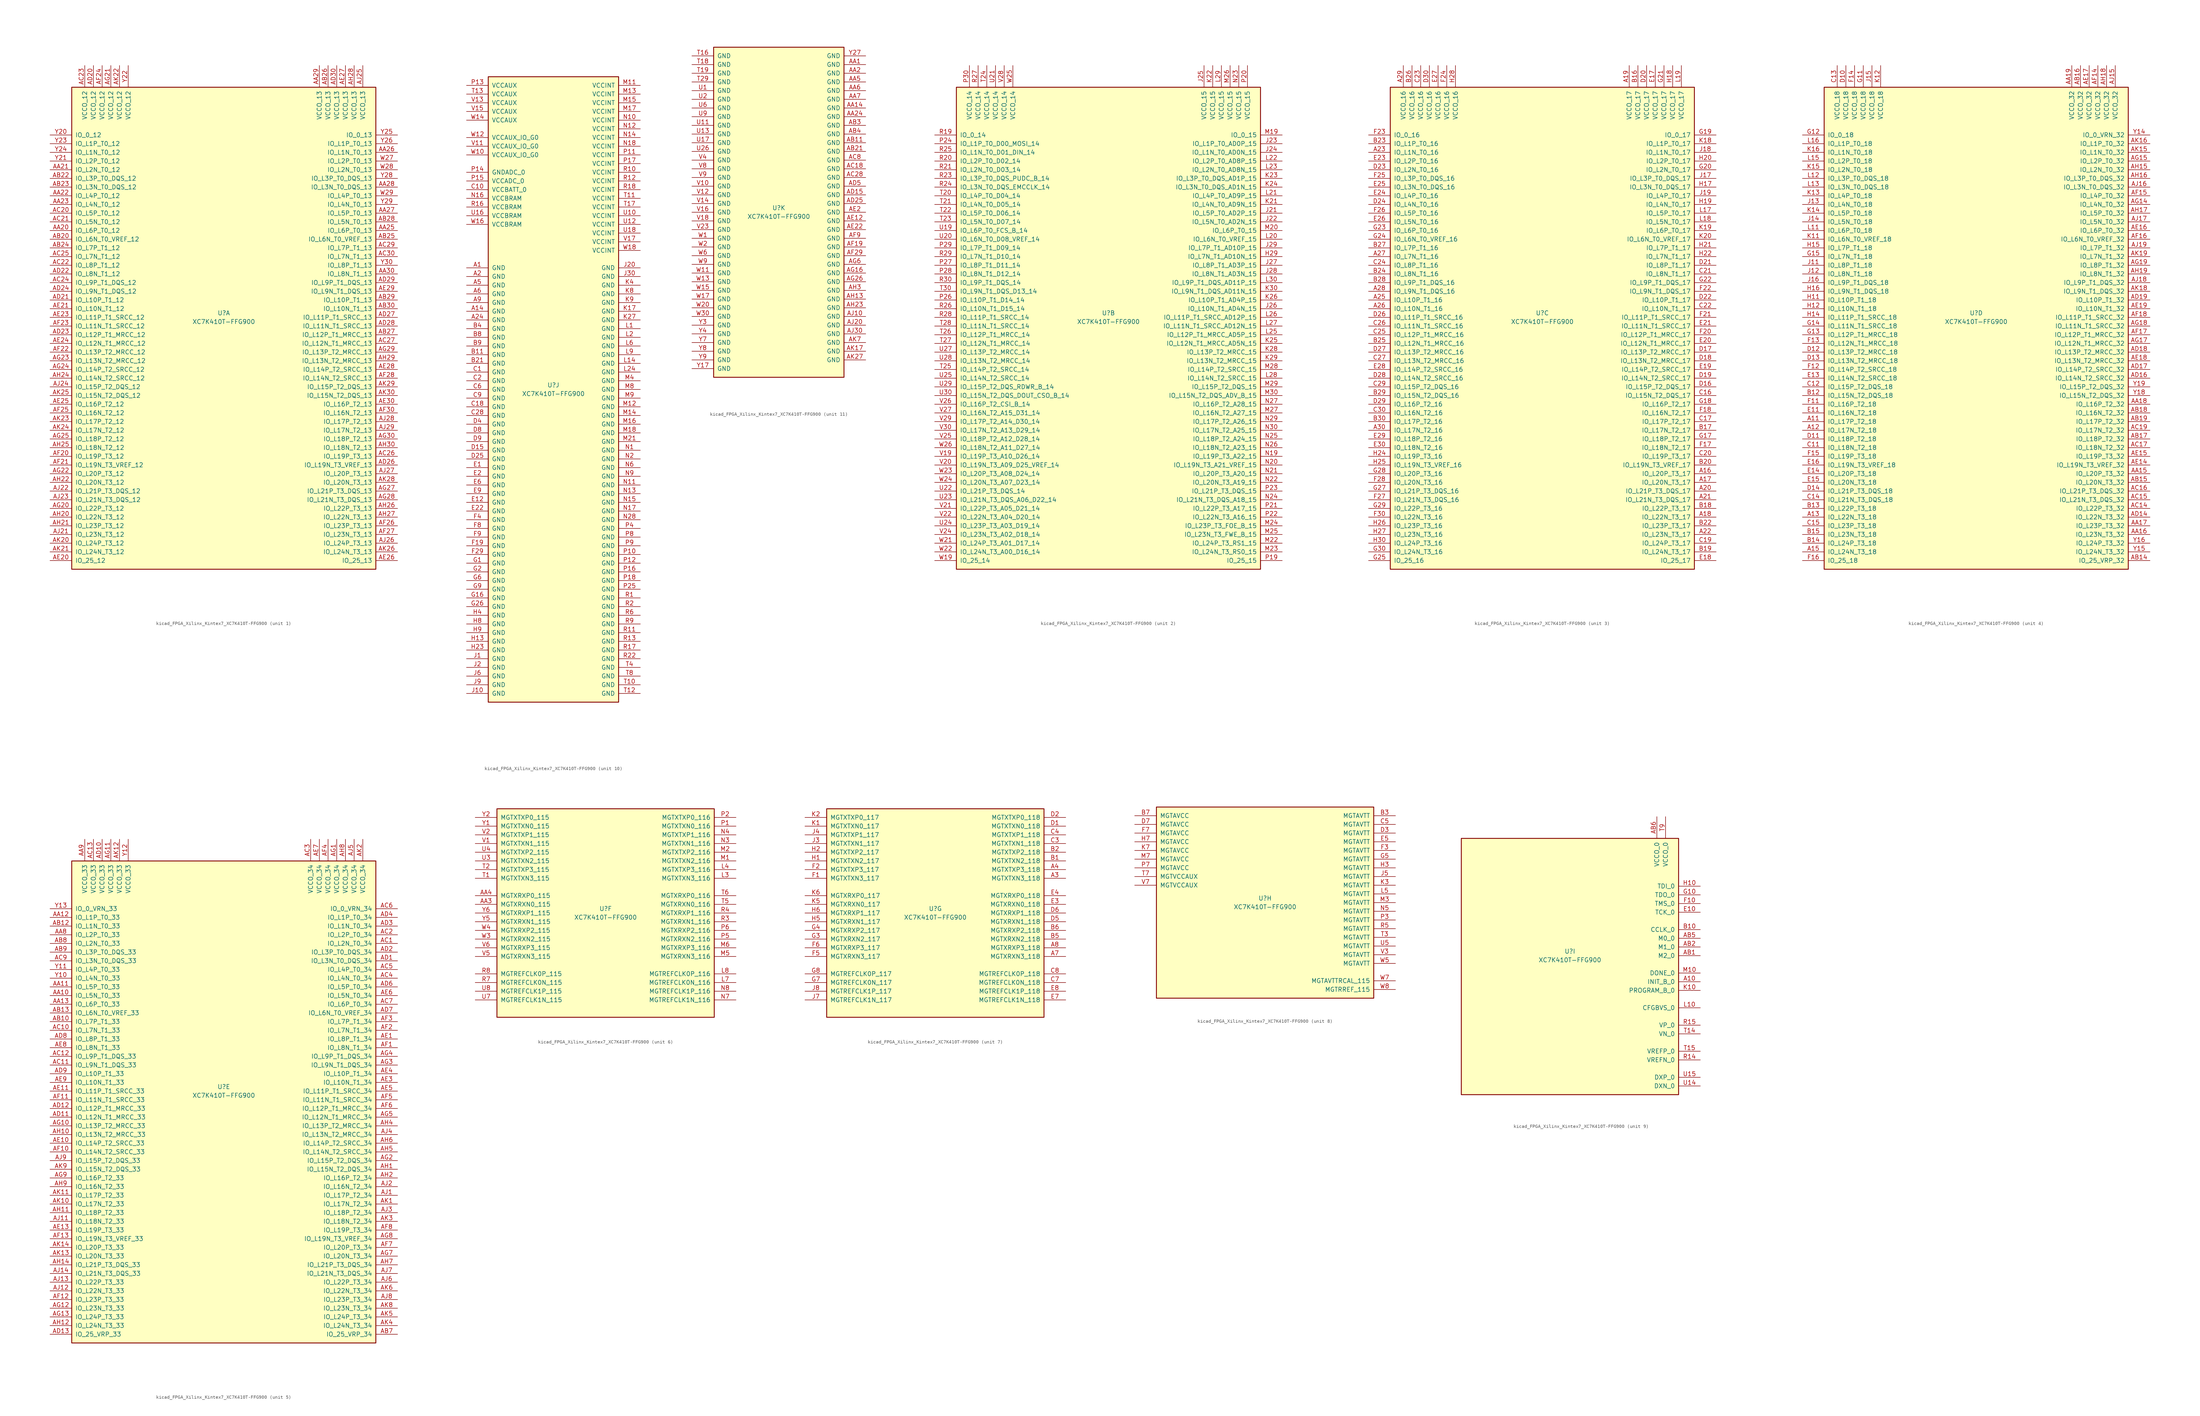
<source format=kicad_sym>
(kicad_symbol_lib
  (version 20220914)
  (generator kicad_symbol_editor)
  (symbol "kicad_FPGA_Xilinx_Kintex7_XC7K410T-FFG900"
    (pin_names
      (offset 1.016))
    (property "Reference" "U"
      (at 0 1.27 0)
      (effects (font (size 1.27 1.27))))
    (property "Value" "XC7K410T-FFG900"
      (at 0 -1.27 0)
      (effects (font (size 1.27 1.27))))
    (property "Datasheet" ""
      (at 0 0 0)
      (effects (font (size 1.27 1.27))))
    (property "ki_locked" ""
      (at 0 0 0)
      (effects (font (size 1.27 1.27))))
    (symbol "kicad_FPGA_Xilinx_Kintex7_XC7K410T-FFG900_1_1"
      (rectangle (start -44.45 67.31) (end 44.45 -73.66) (stroke (width 0.254) (type default)) (fill (type background)))
      (pin bidirectional line (at -50.8 25.4 0) (length 6.35) (name "IO_L6P_T0_12" (effects (font (size 1.27 1.27)))) (number "AA20" (effects (font (size 1.27 1.27)))))
      (pin bidirectional line (at -50.8 43.18 0) (length 6.35) (name "IO_L2N_T0_12" (effects (font (size 1.27 1.27)))) (number "AA21" (effects (font (size 1.27 1.27)))))
      (pin bidirectional line (at -50.8 35.56 0) (length 6.35) (name "IO_L4P_T0_12" (effects (font (size 1.27 1.27)))) (number "AA22" (effects (font (size 1.27 1.27)))))
      (pin bidirectional line (at -50.8 33.02 0) (length 6.35) (name "IO_L4N_T0_12" (effects (font (size 1.27 1.27)))) (number "AA23" (effects (font (size 1.27 1.27)))))
      (pin bidirectional line (at 50.8 25.4 180) (length 6.35) (name "IO_L6P_T0_13" (effects (font (size 1.27 1.27)))) (number "AA25" (effects (font (size 1.27 1.27)))))
      (pin bidirectional line (at 50.8 48.26 180) (length 6.35) (name "IO_L1N_T0_13" (effects (font (size 1.27 1.27)))) (number "AA26" (effects (font (size 1.27 1.27)))))
      (pin bidirectional line (at 50.8 30.48 180) (length 6.35) (name "IO_L5P_T0_13" (effects (font (size 1.27 1.27)))) (number "AA27" (effects (font (size 1.27 1.27)))))
      (pin bidirectional line (at 50.8 38.1 180) (length 6.35) (name "IO_L3N_T0_DQS_13" (effects (font (size 1.27 1.27)))) (number "AA28" (effects (font (size 1.27 1.27)))))
      (pin power_in line (at 27.94 73.66 270) (length 6.35) (name "VCCO_13" (effects (font (size 1.27 1.27)))) (number "AA29" (effects (font (size 1.27 1.27)))))
      (pin bidirectional line (at 50.8 12.7 180) (length 6.35) (name "IO_L8N_T1_13" (effects (font (size 1.27 1.27)))) (number "AA30" (effects (font (size 1.27 1.27)))))
      (pin bidirectional line (at -50.8 22.86 0) (length 6.35) (name "IO_L6N_T0_VREF_12" (effects (font (size 1.27 1.27)))) (number "AB20" (effects (font (size 1.27 1.27)))))
      (pin bidirectional line (at -50.8 40.64 0) (length 6.35) (name "IO_L3P_T0_DQS_12" (effects (font (size 1.27 1.27)))) (number "AB22" (effects (font (size 1.27 1.27)))))
      (pin bidirectional line (at -50.8 38.1 0) (length 6.35) (name "IO_L3N_T0_DQS_12" (effects (font (size 1.27 1.27)))) (number "AB23" (effects (font (size 1.27 1.27)))))
      (pin bidirectional line (at -50.8 20.32 0) (length 6.35) (name "IO_L7P_T1_12" (effects (font (size 1.27 1.27)))) (number "AB24" (effects (font (size 1.27 1.27)))))
      (pin bidirectional line (at 50.8 22.86 180) (length 6.35) (name "IO_L6N_T0_VREF_13" (effects (font (size 1.27 1.27)))) (number "AB25" (effects (font (size 1.27 1.27)))))
      (pin power_in line (at 30.48 73.66 270) (length 6.35) (name "VCCO_13" (effects (font (size 1.27 1.27)))) (number "AB26" (effects (font (size 1.27 1.27)))))
      (pin bidirectional line (at 50.8 -5.08 180) (length 6.35) (name "IO_L12P_T1_MRCC_13" (effects (font (size 1.27 1.27)))) (number "AB27" (effects (font (size 1.27 1.27)))))
      (pin bidirectional line (at 50.8 27.94 180) (length 6.35) (name "IO_L5N_T0_13" (effects (font (size 1.27 1.27)))) (number "AB28" (effects (font (size 1.27 1.27)))))
      (pin bidirectional line (at 50.8 5.08 180) (length 6.35) (name "IO_L10P_T1_13" (effects (font (size 1.27 1.27)))) (number "AB29" (effects (font (size 1.27 1.27)))))
      (pin bidirectional line (at 50.8 2.54 180) (length 6.35) (name "IO_L10N_T1_13" (effects (font (size 1.27 1.27)))) (number "AB30" (effects (font (size 1.27 1.27)))))
      (pin bidirectional line (at -50.8 30.48 0) (length 6.35) (name "IO_L5P_T0_12" (effects (font (size 1.27 1.27)))) (number "AC20" (effects (font (size 1.27 1.27)))))
      (pin bidirectional line (at -50.8 27.94 0) (length 6.35) (name "IO_L5N_T0_12" (effects (font (size 1.27 1.27)))) (number "AC21" (effects (font (size 1.27 1.27)))))
      (pin bidirectional line (at -50.8 15.24 0) (length 6.35) (name "IO_L8P_T1_12" (effects (font (size 1.27 1.27)))) (number "AC22" (effects (font (size 1.27 1.27)))))
      (pin power_in line (at -40.64 73.66 270) (length 6.35) (name "VCCO_12" (effects (font (size 1.27 1.27)))) (number "AC23" (effects (font (size 1.27 1.27)))))
      (pin bidirectional line (at -50.8 10.16 0) (length 6.35) (name "IO_L9P_T1_DQS_12" (effects (font (size 1.27 1.27)))) (number "AC24" (effects (font (size 1.27 1.27)))))
      (pin bidirectional line (at -50.8 17.78 0) (length 6.35) (name "IO_L7N_T1_12" (effects (font (size 1.27 1.27)))) (number "AC25" (effects (font (size 1.27 1.27)))))
      (pin bidirectional line (at 50.8 -40.64 180) (length 6.35) (name "IO_L19P_T3_13" (effects (font (size 1.27 1.27)))) (number "AC26" (effects (font (size 1.27 1.27)))))
      (pin bidirectional line (at 50.8 -7.62 180) (length 6.35) (name "IO_L12N_T1_MRCC_13" (effects (font (size 1.27 1.27)))) (number "AC27" (effects (font (size 1.27 1.27)))))
      (pin bidirectional line (at 50.8 20.32 180) (length 6.35) (name "IO_L7P_T1_13" (effects (font (size 1.27 1.27)))) (number "AC29" (effects (font (size 1.27 1.27)))))
      (pin bidirectional line (at 50.8 17.78 180) (length 6.35) (name "IO_L7N_T1_13" (effects (font (size 1.27 1.27)))) (number "AC30" (effects (font (size 1.27 1.27)))))
      (pin power_in line (at -38.1 73.66 270) (length 6.35) (name "VCCO_12" (effects (font (size 1.27 1.27)))) (number "AD20" (effects (font (size 1.27 1.27)))))
      (pin bidirectional line (at -50.8 5.08 0) (length 6.35) (name "IO_L10P_T1_12" (effects (font (size 1.27 1.27)))) (number "AD21" (effects (font (size 1.27 1.27)))))
      (pin bidirectional line (at -50.8 12.7 0) (length 6.35) (name "IO_L8N_T1_12" (effects (font (size 1.27 1.27)))) (number "AD22" (effects (font (size 1.27 1.27)))))
      (pin bidirectional line (at -50.8 -5.08 0) (length 6.35) (name "IO_L12P_T1_MRCC_12" (effects (font (size 1.27 1.27)))) (number "AD23" (effects (font (size 1.27 1.27)))))
      (pin bidirectional line (at -50.8 7.62 0) (length 6.35) (name "IO_L9N_T1_DQS_12" (effects (font (size 1.27 1.27)))) (number "AD24" (effects (font (size 1.27 1.27)))))
      (pin bidirectional line (at 50.8 -43.18 180) (length 6.35) (name "IO_L19N_T3_VREF_13" (effects (font (size 1.27 1.27)))) (number "AD26" (effects (font (size 1.27 1.27)))))
      (pin bidirectional line (at 50.8 0 180) (length 6.35) (name "IO_L11P_T1_SRCC_13" (effects (font (size 1.27 1.27)))) (number "AD27" (effects (font (size 1.27 1.27)))))
      (pin bidirectional line (at 50.8 -2.54 180) (length 6.35) (name "IO_L11N_T1_SRCC_13" (effects (font (size 1.27 1.27)))) (number "AD28" (effects (font (size 1.27 1.27)))))
      (pin bidirectional line (at 50.8 10.16 180) (length 6.35) (name "IO_L9P_T1_DQS_13" (effects (font (size 1.27 1.27)))) (number "AD29" (effects (font (size 1.27 1.27)))))
      (pin power_in line (at 33.02 73.66 270) (length 6.35) (name "VCCO_13" (effects (font (size 1.27 1.27)))) (number "AD30" (effects (font (size 1.27 1.27)))))
      (pin bidirectional line (at -50.8 -71.12 0) (length 6.35) (name "IO_25_12" (effects (font (size 1.27 1.27)))) (number "AE20" (effects (font (size 1.27 1.27)))))
      (pin bidirectional line (at -50.8 2.54 0) (length 6.35) (name "IO_L10N_T1_12" (effects (font (size 1.27 1.27)))) (number "AE21" (effects (font (size 1.27 1.27)))))
      (pin bidirectional line (at -50.8 0 0) (length 6.35) (name "IO_L11P_T1_SRCC_12" (effects (font (size 1.27 1.27)))) (number "AE23" (effects (font (size 1.27 1.27)))))
      (pin bidirectional line (at -50.8 -7.62 0) (length 6.35) (name "IO_L12N_T1_MRCC_12" (effects (font (size 1.27 1.27)))) (number "AE24" (effects (font (size 1.27 1.27)))))
      (pin bidirectional line (at -50.8 -25.4 0) (length 6.35) (name "IO_L16P_T2_12" (effects (font (size 1.27 1.27)))) (number "AE25" (effects (font (size 1.27 1.27)))))
      (pin bidirectional line (at 50.8 -71.12 180) (length 6.35) (name "IO_25_13" (effects (font (size 1.27 1.27)))) (number "AE26" (effects (font (size 1.27 1.27)))))
      (pin power_in line (at 35.56 73.66 270) (length 6.35) (name "VCCO_13" (effects (font (size 1.27 1.27)))) (number "AE27" (effects (font (size 1.27 1.27)))))
      (pin bidirectional line (at 50.8 -15.24 180) (length 6.35) (name "IO_L14P_T2_SRCC_13" (effects (font (size 1.27 1.27)))) (number "AE28" (effects (font (size 1.27 1.27)))))
      (pin bidirectional line (at 50.8 7.62 180) (length 6.35) (name "IO_L9N_T1_DQS_13" (effects (font (size 1.27 1.27)))) (number "AE29" (effects (font (size 1.27 1.27)))))
      (pin bidirectional line (at 50.8 -25.4 180) (length 6.35) (name "IO_L16P_T2_13" (effects (font (size 1.27 1.27)))) (number "AE30" (effects (font (size 1.27 1.27)))))
      (pin bidirectional line (at -50.8 -40.64 0) (length 6.35) (name "IO_L19P_T3_12" (effects (font (size 1.27 1.27)))) (number "AF20" (effects (font (size 1.27 1.27)))))
      (pin bidirectional line (at -50.8 -43.18 0) (length 6.35) (name "IO_L19N_T3_VREF_12" (effects (font (size 1.27 1.27)))) (number "AF21" (effects (font (size 1.27 1.27)))))
      (pin bidirectional line (at -50.8 -10.16 0) (length 6.35) (name "IO_L13P_T2_MRCC_12" (effects (font (size 1.27 1.27)))) (number "AF22" (effects (font (size 1.27 1.27)))))
      (pin bidirectional line (at -50.8 -2.54 0) (length 6.35) (name "IO_L11N_T1_SRCC_12" (effects (font (size 1.27 1.27)))) (number "AF23" (effects (font (size 1.27 1.27)))))
      (pin power_in line (at -35.56 73.66 270) (length 6.35) (name "VCCO_12" (effects (font (size 1.27 1.27)))) (number "AF24" (effects (font (size 1.27 1.27)))))
      (pin bidirectional line (at -50.8 -27.94 0) (length 6.35) (name "IO_L16N_T2_12" (effects (font (size 1.27 1.27)))) (number "AF25" (effects (font (size 1.27 1.27)))))
      (pin bidirectional line (at 50.8 -60.96 180) (length 6.35) (name "IO_L23P_T3_13" (effects (font (size 1.27 1.27)))) (number "AF26" (effects (font (size 1.27 1.27)))))
      (pin bidirectional line (at 50.8 -63.5 180) (length 6.35) (name "IO_L23N_T3_13" (effects (font (size 1.27 1.27)))) (number "AF27" (effects (font (size 1.27 1.27)))))
      (pin bidirectional line (at 50.8 -17.78 180) (length 6.35) (name "IO_L14N_T2_SRCC_13" (effects (font (size 1.27 1.27)))) (number "AF28" (effects (font (size 1.27 1.27)))))
      (pin bidirectional line (at 50.8 -27.94 180) (length 6.35) (name "IO_L16N_T2_13" (effects (font (size 1.27 1.27)))) (number "AF30" (effects (font (size 1.27 1.27)))))
      (pin bidirectional line (at -50.8 -55.88 0) (length 6.35) (name "IO_L22P_T3_12" (effects (font (size 1.27 1.27)))) (number "AG20" (effects (font (size 1.27 1.27)))))
      (pin power_in line (at -33.02 73.66 270) (length 6.35) (name "VCCO_12" (effects (font (size 1.27 1.27)))) (number "AG21" (effects (font (size 1.27 1.27)))))
      (pin bidirectional line (at -50.8 -45.72 0) (length 6.35) (name "IO_L20P_T3_12" (effects (font (size 1.27 1.27)))) (number "AG22" (effects (font (size 1.27 1.27)))))
      (pin bidirectional line (at -50.8 -12.7 0) (length 6.35) (name "IO_L13N_T2_MRCC_12" (effects (font (size 1.27 1.27)))) (number "AG23" (effects (font (size 1.27 1.27)))))
      (pin bidirectional line (at -50.8 -15.24 0) (length 6.35) (name "IO_L14P_T2_SRCC_12" (effects (font (size 1.27 1.27)))) (number "AG24" (effects (font (size 1.27 1.27)))))
      (pin bidirectional line (at -50.8 -35.56 0) (length 6.35) (name "IO_L18P_T2_12" (effects (font (size 1.27 1.27)))) (number "AG25" (effects (font (size 1.27 1.27)))))
      (pin bidirectional line (at 50.8 -50.8 180) (length 6.35) (name "IO_L21P_T3_DQS_13" (effects (font (size 1.27 1.27)))) (number "AG27" (effects (font (size 1.27 1.27)))))
      (pin bidirectional line (at 50.8 -53.34 180) (length 6.35) (name "IO_L21N_T3_DQS_13" (effects (font (size 1.27 1.27)))) (number "AG28" (effects (font (size 1.27 1.27)))))
      (pin bidirectional line (at 50.8 -10.16 180) (length 6.35) (name "IO_L13P_T2_MRCC_13" (effects (font (size 1.27 1.27)))) (number "AG29" (effects (font (size 1.27 1.27)))))
      (pin bidirectional line (at 50.8 -35.56 180) (length 6.35) (name "IO_L18P_T2_13" (effects (font (size 1.27 1.27)))) (number "AG30" (effects (font (size 1.27 1.27)))))
      (pin bidirectional line (at -50.8 -58.42 0) (length 6.35) (name "IO_L22N_T3_12" (effects (font (size 1.27 1.27)))) (number "AH20" (effects (font (size 1.27 1.27)))))
      (pin bidirectional line (at -50.8 -60.96 0) (length 6.35) (name "IO_L23P_T3_12" (effects (font (size 1.27 1.27)))) (number "AH21" (effects (font (size 1.27 1.27)))))
      (pin bidirectional line (at -50.8 -48.26 0) (length 6.35) (name "IO_L20N_T3_12" (effects (font (size 1.27 1.27)))) (number "AH22" (effects (font (size 1.27 1.27)))))
      (pin bidirectional line (at -50.8 -17.78 0) (length 6.35) (name "IO_L14N_T2_SRCC_12" (effects (font (size 1.27 1.27)))) (number "AH24" (effects (font (size 1.27 1.27)))))
      (pin bidirectional line (at -50.8 -38.1 0) (length 6.35) (name "IO_L18N_T2_12" (effects (font (size 1.27 1.27)))) (number "AH25" (effects (font (size 1.27 1.27)))))
      (pin bidirectional line (at 50.8 -55.88 180) (length 6.35) (name "IO_L22P_T3_13" (effects (font (size 1.27 1.27)))) (number "AH26" (effects (font (size 1.27 1.27)))))
      (pin bidirectional line (at 50.8 -58.42 180) (length 6.35) (name "IO_L22N_T3_13" (effects (font (size 1.27 1.27)))) (number "AH27" (effects (font (size 1.27 1.27)))))
      (pin power_in line (at 38.1 73.66 270) (length 6.35) (name "VCCO_13" (effects (font (size 1.27 1.27)))) (number "AH28" (effects (font (size 1.27 1.27)))))
      (pin bidirectional line (at 50.8 -12.7 180) (length 6.35) (name "IO_L13N_T2_MRCC_13" (effects (font (size 1.27 1.27)))) (number "AH29" (effects (font (size 1.27 1.27)))))
      (pin bidirectional line (at 50.8 -38.1 180) (length 6.35) (name "IO_L18N_T2_13" (effects (font (size 1.27 1.27)))) (number "AH30" (effects (font (size 1.27 1.27)))))
      (pin bidirectional line (at -50.8 -63.5 0) (length 6.35) (name "IO_L23N_T3_12" (effects (font (size 1.27 1.27)))) (number "AJ21" (effects (font (size 1.27 1.27)))))
      (pin bidirectional line (at -50.8 -50.8 0) (length 6.35) (name "IO_L21P_T3_DQS_12" (effects (font (size 1.27 1.27)))) (number "AJ22" (effects (font (size 1.27 1.27)))))
      (pin bidirectional line (at -50.8 -53.34 0) (length 6.35) (name "IO_L21N_T3_DQS_12" (effects (font (size 1.27 1.27)))) (number "AJ23" (effects (font (size 1.27 1.27)))))
      (pin bidirectional line (at -50.8 -20.32 0) (length 6.35) (name "IO_L15P_T2_DQS_12" (effects (font (size 1.27 1.27)))) (number "AJ24" (effects (font (size 1.27 1.27)))))
      (pin power_in line (at 40.64 73.66 270) (length 6.35) (name "VCCO_13" (effects (font (size 1.27 1.27)))) (number "AJ25" (effects (font (size 1.27 1.27)))))
      (pin bidirectional line (at 50.8 -66.04 180) (length 6.35) (name "IO_L24P_T3_13" (effects (font (size 1.27 1.27)))) (number "AJ26" (effects (font (size 1.27 1.27)))))
      (pin bidirectional line (at 50.8 -45.72 180) (length 6.35) (name "IO_L20P_T3_13" (effects (font (size 1.27 1.27)))) (number "AJ27" (effects (font (size 1.27 1.27)))))
      (pin bidirectional line (at 50.8 -30.48 180) (length 6.35) (name "IO_L17P_T2_13" (effects (font (size 1.27 1.27)))) (number "AJ28" (effects (font (size 1.27 1.27)))))
      (pin bidirectional line (at 50.8 -33.02 180) (length 6.35) (name "IO_L17N_T2_13" (effects (font (size 1.27 1.27)))) (number "AJ29" (effects (font (size 1.27 1.27)))))
      (pin bidirectional line (at -50.8 -66.04 0) (length 6.35) (name "IO_L24P_T3_12" (effects (font (size 1.27 1.27)))) (number "AK20" (effects (font (size 1.27 1.27)))))
      (pin bidirectional line (at -50.8 -68.58 0) (length 6.35) (name "IO_L24N_T3_12" (effects (font (size 1.27 1.27)))) (number "AK21" (effects (font (size 1.27 1.27)))))
      (pin power_in line (at -30.48 73.66 270) (length 6.35) (name "VCCO_12" (effects (font (size 1.27 1.27)))) (number "AK22" (effects (font (size 1.27 1.27)))))
      (pin bidirectional line (at -50.8 -30.48 0) (length 6.35) (name "IO_L17P_T2_12" (effects (font (size 1.27 1.27)))) (number "AK23" (effects (font (size 1.27 1.27)))))
      (pin bidirectional line (at -50.8 -33.02 0) (length 6.35) (name "IO_L17N_T2_12" (effects (font (size 1.27 1.27)))) (number "AK24" (effects (font (size 1.27 1.27)))))
      (pin bidirectional line (at -50.8 -22.86 0) (length 6.35) (name "IO_L15N_T2_DQS_12" (effects (font (size 1.27 1.27)))) (number "AK25" (effects (font (size 1.27 1.27)))))
      (pin bidirectional line (at 50.8 -68.58 180) (length 6.35) (name "IO_L24N_T3_13" (effects (font (size 1.27 1.27)))) (number "AK26" (effects (font (size 1.27 1.27)))))
      (pin bidirectional line (at 50.8 -48.26 180) (length 6.35) (name "IO_L20N_T3_13" (effects (font (size 1.27 1.27)))) (number "AK28" (effects (font (size 1.27 1.27)))))
      (pin bidirectional line (at 50.8 -20.32 180) (length 6.35) (name "IO_L15P_T2_DQS_13" (effects (font (size 1.27 1.27)))) (number "AK29" (effects (font (size 1.27 1.27)))))
      (pin bidirectional line (at 50.8 -22.86 180) (length 6.35) (name "IO_L15N_T2_DQS_13" (effects (font (size 1.27 1.27)))) (number "AK30" (effects (font (size 1.27 1.27)))))
      (pin bidirectional line (at 50.8 45.72 180) (length 6.35) (name "IO_L2P_T0_13" (effects (font (size 1.27 1.27)))) (number "W27" (effects (font (size 1.27 1.27)))))
      (pin bidirectional line (at 50.8 43.18 180) (length 6.35) (name "IO_L2N_T0_13" (effects (font (size 1.27 1.27)))) (number "W28" (effects (font (size 1.27 1.27)))))
      (pin bidirectional line (at 50.8 35.56 180) (length 6.35) (name "IO_L4P_T0_13" (effects (font (size 1.27 1.27)))) (number "W29" (effects (font (size 1.27 1.27)))))
      (pin bidirectional line (at -50.8 53.34 0) (length 6.35) (name "IO_0_12" (effects (font (size 1.27 1.27)))) (number "Y20" (effects (font (size 1.27 1.27)))))
      (pin bidirectional line (at -50.8 45.72 0) (length 6.35) (name "IO_L2P_T0_12" (effects (font (size 1.27 1.27)))) (number "Y21" (effects (font (size 1.27 1.27)))))
      (pin power_in line (at -27.94 73.66 270) (length 6.35) (name "VCCO_12" (effects (font (size 1.27 1.27)))) (number "Y22" (effects (font (size 1.27 1.27)))))
      (pin bidirectional line (at -50.8 50.8 0) (length 6.35) (name "IO_L1P_T0_12" (effects (font (size 1.27 1.27)))) (number "Y23" (effects (font (size 1.27 1.27)))))
      (pin bidirectional line (at -50.8 48.26 0) (length 6.35) (name "IO_L1N_T0_12" (effects (font (size 1.27 1.27)))) (number "Y24" (effects (font (size 1.27 1.27)))))
      (pin bidirectional line (at 50.8 53.34 180) (length 6.35) (name "IO_0_13" (effects (font (size 1.27 1.27)))) (number "Y25" (effects (font (size 1.27 1.27)))))
      (pin bidirectional line (at 50.8 50.8 180) (length 6.35) (name "IO_L1P_T0_13" (effects (font (size 1.27 1.27)))) (number "Y26" (effects (font (size 1.27 1.27)))))
      (pin bidirectional line (at 50.8 40.64 180) (length 6.35) (name "IO_L3P_T0_DQS_13" (effects (font (size 1.27 1.27)))) (number "Y28" (effects (font (size 1.27 1.27)))))
      (pin bidirectional line (at 50.8 33.02 180) (length 6.35) (name "IO_L4N_T0_13" (effects (font (size 1.27 1.27)))) (number "Y29" (effects (font (size 1.27 1.27)))))
      (pin bidirectional line (at 50.8 15.24 180) (length 6.35) (name "IO_L8P_T1_13" (effects (font (size 1.27 1.27)))) (number "Y30" (effects (font (size 1.27 1.27))))))
    (symbol "kicad_FPGA_Xilinx_Kintex7_XC7K410T-FFG900_2_1"
      (rectangle (start -44.45 67.31) (end 44.45 -73.66) (stroke (width 0.254) (type default)) (fill (type background)))
      (pin bidirectional line (at 50.8 17.78 180) (length 6.35) (name "IO_L7N_T1_AD10N_15" (effects (font (size 1.27 1.27)))) (number "H29" (effects (font (size 1.27 1.27)))))
      (pin bidirectional line (at 50.8 30.48 180) (length 6.35) (name "IO_L5P_T0_AD2P_15" (effects (font (size 1.27 1.27)))) (number "J21" (effects (font (size 1.27 1.27)))))
      (pin bidirectional line (at 50.8 27.94 180) (length 6.35) (name "IO_L5N_T0_AD2N_15" (effects (font (size 1.27 1.27)))) (number "J22" (effects (font (size 1.27 1.27)))))
      (pin bidirectional line (at 50.8 50.8 180) (length 6.35) (name "IO_L1P_T0_AD0P_15" (effects (font (size 1.27 1.27)))) (number "J23" (effects (font (size 1.27 1.27)))))
      (pin bidirectional line (at 50.8 48.26 180) (length 6.35) (name "IO_L1N_T0_AD0N_15" (effects (font (size 1.27 1.27)))) (number "J24" (effects (font (size 1.27 1.27)))))
      (pin power_in line (at 27.94 73.66 270) (length 6.35) (name "VCCO_15" (effects (font (size 1.27 1.27)))) (number "J25" (effects (font (size 1.27 1.27)))))
      (pin bidirectional line (at 50.8 2.54 180) (length 6.35) (name "IO_L10N_T1_AD4N_15" (effects (font (size 1.27 1.27)))) (number "J26" (effects (font (size 1.27 1.27)))))
      (pin bidirectional line (at 50.8 15.24 180) (length 6.35) (name "IO_L8P_T1_AD3P_15" (effects (font (size 1.27 1.27)))) (number "J27" (effects (font (size 1.27 1.27)))))
      (pin bidirectional line (at 50.8 12.7 180) (length 6.35) (name "IO_L8N_T1_AD3N_15" (effects (font (size 1.27 1.27)))) (number "J28" (effects (font (size 1.27 1.27)))))
      (pin bidirectional line (at 50.8 20.32 180) (length 6.35) (name "IO_L7P_T1_AD10P_15" (effects (font (size 1.27 1.27)))) (number "J29" (effects (font (size 1.27 1.27)))))
      (pin bidirectional line (at 50.8 33.02 180) (length 6.35) (name "IO_L4N_T0_AD9N_15" (effects (font (size 1.27 1.27)))) (number "K21" (effects (font (size 1.27 1.27)))))
      (pin power_in line (at 30.48 73.66 270) (length 6.35) (name "VCCO_15" (effects (font (size 1.27 1.27)))) (number "K22" (effects (font (size 1.27 1.27)))))
      (pin bidirectional line (at 50.8 40.64 180) (length 6.35) (name "IO_L3P_T0_DQS_AD1P_15" (effects (font (size 1.27 1.27)))) (number "K23" (effects (font (size 1.27 1.27)))))
      (pin bidirectional line (at 50.8 38.1 180) (length 6.35) (name "IO_L3N_T0_DQS_AD1N_15" (effects (font (size 1.27 1.27)))) (number "K24" (effects (font (size 1.27 1.27)))))
      (pin bidirectional line (at 50.8 -7.62 180) (length 6.35) (name "IO_L12N_T1_MRCC_AD5N_15" (effects (font (size 1.27 1.27)))) (number "K25" (effects (font (size 1.27 1.27)))))
      (pin bidirectional line (at 50.8 5.08 180) (length 6.35) (name "IO_L10P_T1_AD4P_15" (effects (font (size 1.27 1.27)))) (number "K26" (effects (font (size 1.27 1.27)))))
      (pin bidirectional line (at 50.8 -10.16 180) (length 6.35) (name "IO_L13P_T2_MRCC_15" (effects (font (size 1.27 1.27)))) (number "K28" (effects (font (size 1.27 1.27)))))
      (pin bidirectional line (at 50.8 -12.7 180) (length 6.35) (name "IO_L13N_T2_MRCC_15" (effects (font (size 1.27 1.27)))) (number "K29" (effects (font (size 1.27 1.27)))))
      (pin bidirectional line (at 50.8 7.62 180) (length 6.35) (name "IO_L9N_T1_DQS_AD11N_15" (effects (font (size 1.27 1.27)))) (number "K30" (effects (font (size 1.27 1.27)))))
      (pin bidirectional line (at 50.8 22.86 180) (length 6.35) (name "IO_L6N_T0_VREF_15" (effects (font (size 1.27 1.27)))) (number "L20" (effects (font (size 1.27 1.27)))))
      (pin bidirectional line (at 50.8 35.56 180) (length 6.35) (name "IO_L4P_T0_AD9P_15" (effects (font (size 1.27 1.27)))) (number "L21" (effects (font (size 1.27 1.27)))))
      (pin bidirectional line (at 50.8 45.72 180) (length 6.35) (name "IO_L2P_T0_AD8P_15" (effects (font (size 1.27 1.27)))) (number "L22" (effects (font (size 1.27 1.27)))))
      (pin bidirectional line (at 50.8 43.18 180) (length 6.35) (name "IO_L2N_T0_AD8N_15" (effects (font (size 1.27 1.27)))) (number "L23" (effects (font (size 1.27 1.27)))))
      (pin bidirectional line (at 50.8 -5.08 180) (length 6.35) (name "IO_L12P_T1_MRCC_AD5P_15" (effects (font (size 1.27 1.27)))) (number "L25" (effects (font (size 1.27 1.27)))))
      (pin bidirectional line (at 50.8 0 180) (length 6.35) (name "IO_L11P_T1_SRCC_AD12P_15" (effects (font (size 1.27 1.27)))) (number "L26" (effects (font (size 1.27 1.27)))))
      (pin bidirectional line (at 50.8 -2.54 180) (length 6.35) (name "IO_L11N_T1_SRCC_AD12N_15" (effects (font (size 1.27 1.27)))) (number "L27" (effects (font (size 1.27 1.27)))))
      (pin bidirectional line (at 50.8 -17.78 180) (length 6.35) (name "IO_L14N_T2_SRCC_15" (effects (font (size 1.27 1.27)))) (number "L28" (effects (font (size 1.27 1.27)))))
      (pin power_in line (at 33.02 73.66 270) (length 6.35) (name "VCCO_15" (effects (font (size 1.27 1.27)))) (number "L29" (effects (font (size 1.27 1.27)))))
      (pin bidirectional line (at 50.8 10.16 180) (length 6.35) (name "IO_L9P_T1_DQS_AD11P_15" (effects (font (size 1.27 1.27)))) (number "L30" (effects (font (size 1.27 1.27)))))
      (pin bidirectional line (at 50.8 53.34 180) (length 6.35) (name "IO_0_15" (effects (font (size 1.27 1.27)))) (number "M19" (effects (font (size 1.27 1.27)))))
      (pin bidirectional line (at 50.8 25.4 180) (length 6.35) (name "IO_L6P_T0_15" (effects (font (size 1.27 1.27)))) (number "M20" (effects (font (size 1.27 1.27)))))
      (pin bidirectional line (at 50.8 -66.04 180) (length 6.35) (name "IO_L24P_T3_RS1_15" (effects (font (size 1.27 1.27)))) (number "M22" (effects (font (size 1.27 1.27)))))
      (pin bidirectional line (at 50.8 -68.58 180) (length 6.35) (name "IO_L24N_T3_RS0_15" (effects (font (size 1.27 1.27)))) (number "M23" (effects (font (size 1.27 1.27)))))
      (pin bidirectional line (at 50.8 -60.96 180) (length 6.35) (name "IO_L23P_T3_FOE_B_15" (effects (font (size 1.27 1.27)))) (number "M24" (effects (font (size 1.27 1.27)))))
      (pin bidirectional line (at 50.8 -63.5 180) (length 6.35) (name "IO_L23N_T3_FWE_B_15" (effects (font (size 1.27 1.27)))) (number "M25" (effects (font (size 1.27 1.27)))))
      (pin power_in line (at 35.56 73.66 270) (length 6.35) (name "VCCO_15" (effects (font (size 1.27 1.27)))) (number "M26" (effects (font (size 1.27 1.27)))))
      (pin bidirectional line (at 50.8 -27.94 180) (length 6.35) (name "IO_L16N_T2_A27_15" (effects (font (size 1.27 1.27)))) (number "M27" (effects (font (size 1.27 1.27)))))
      (pin bidirectional line (at 50.8 -15.24 180) (length 6.35) (name "IO_L14P_T2_SRCC_15" (effects (font (size 1.27 1.27)))) (number "M28" (effects (font (size 1.27 1.27)))))
      (pin bidirectional line (at 50.8 -20.32 180) (length 6.35) (name "IO_L15P_T2_DQS_15" (effects (font (size 1.27 1.27)))) (number "M29" (effects (font (size 1.27 1.27)))))
      (pin bidirectional line (at 50.8 -22.86 180) (length 6.35) (name "IO_L15N_T2_DQS_ADV_B_15" (effects (font (size 1.27 1.27)))) (number "M30" (effects (font (size 1.27 1.27)))))
      (pin bidirectional line (at 50.8 -40.64 180) (length 6.35) (name "IO_L19P_T3_A22_15" (effects (font (size 1.27 1.27)))) (number "N19" (effects (font (size 1.27 1.27)))))
      (pin bidirectional line (at 50.8 -43.18 180) (length 6.35) (name "IO_L19N_T3_A21_VREF_15" (effects (font (size 1.27 1.27)))) (number "N20" (effects (font (size 1.27 1.27)))))
      (pin bidirectional line (at 50.8 -45.72 180) (length 6.35) (name "IO_L20P_T3_A20_15" (effects (font (size 1.27 1.27)))) (number "N21" (effects (font (size 1.27 1.27)))))
      (pin bidirectional line (at 50.8 -48.26 180) (length 6.35) (name "IO_L20N_T3_A19_15" (effects (font (size 1.27 1.27)))) (number "N22" (effects (font (size 1.27 1.27)))))
      (pin power_in line (at 38.1 73.66 270) (length 6.35) (name "VCCO_15" (effects (font (size 1.27 1.27)))) (number "N23" (effects (font (size 1.27 1.27)))))
      (pin bidirectional line (at 50.8 -53.34 180) (length 6.35) (name "IO_L21N_T3_DQS_A18_15" (effects (font (size 1.27 1.27)))) (number "N24" (effects (font (size 1.27 1.27)))))
      (pin bidirectional line (at 50.8 -35.56 180) (length 6.35) (name "IO_L18P_T2_A24_15" (effects (font (size 1.27 1.27)))) (number "N25" (effects (font (size 1.27 1.27)))))
      (pin bidirectional line (at 50.8 -38.1 180) (length 6.35) (name "IO_L18N_T2_A23_15" (effects (font (size 1.27 1.27)))) (number "N26" (effects (font (size 1.27 1.27)))))
      (pin bidirectional line (at 50.8 -25.4 180) (length 6.35) (name "IO_L16P_T2_A28_15" (effects (font (size 1.27 1.27)))) (number "N27" (effects (font (size 1.27 1.27)))))
      (pin bidirectional line (at 50.8 -30.48 180) (length 6.35) (name "IO_L17P_T2_A26_15" (effects (font (size 1.27 1.27)))) (number "N29" (effects (font (size 1.27 1.27)))))
      (pin bidirectional line (at 50.8 -33.02 180) (length 6.35) (name "IO_L17N_T2_A25_15" (effects (font (size 1.27 1.27)))) (number "N30" (effects (font (size 1.27 1.27)))))
      (pin bidirectional line (at 50.8 -71.12 180) (length 6.35) (name "IO_25_15" (effects (font (size 1.27 1.27)))) (number "P19" (effects (font (size 1.27 1.27)))))
      (pin power_in line (at 40.64 73.66 270) (length 6.35) (name "VCCO_15" (effects (font (size 1.27 1.27)))) (number "P20" (effects (font (size 1.27 1.27)))))
      (pin bidirectional line (at 50.8 -55.88 180) (length 6.35) (name "IO_L22P_T3_A17_15" (effects (font (size 1.27 1.27)))) (number "P21" (effects (font (size 1.27 1.27)))))
      (pin bidirectional line (at 50.8 -58.42 180) (length 6.35) (name "IO_L22N_T3_A16_15" (effects (font (size 1.27 1.27)))) (number "P22" (effects (font (size 1.27 1.27)))))
      (pin bidirectional line (at 50.8 -50.8 180) (length 6.35) (name "IO_L21P_T3_DQS_15" (effects (font (size 1.27 1.27)))) (number "P23" (effects (font (size 1.27 1.27)))))
      (pin bidirectional line (at -50.8 50.8 0) (length 6.35) (name "IO_L1P_T0_D00_MOSI_14" (effects (font (size 1.27 1.27)))) (number "P24" (effects (font (size 1.27 1.27)))))
      (pin bidirectional line (at -50.8 5.08 0) (length 6.35) (name "IO_L10P_T1_D14_14" (effects (font (size 1.27 1.27)))) (number "P26" (effects (font (size 1.27 1.27)))))
      (pin bidirectional line (at -50.8 15.24 0) (length 6.35) (name "IO_L8P_T1_D11_14" (effects (font (size 1.27 1.27)))) (number "P27" (effects (font (size 1.27 1.27)))))
      (pin bidirectional line (at -50.8 12.7 0) (length 6.35) (name "IO_L8N_T1_D12_14" (effects (font (size 1.27 1.27)))) (number "P28" (effects (font (size 1.27 1.27)))))
      (pin bidirectional line (at -50.8 20.32 0) (length 6.35) (name "IO_L7P_T1_D09_14" (effects (font (size 1.27 1.27)))) (number "P29" (effects (font (size 1.27 1.27)))))
      (pin power_in line (at -40.64 73.66 270) (length 6.35) (name "VCCO_14" (effects (font (size 1.27 1.27)))) (number "P30" (effects (font (size 1.27 1.27)))))
      (pin bidirectional line (at -50.8 53.34 0) (length 6.35) (name "IO_0_14" (effects (font (size 1.27 1.27)))) (number "R19" (effects (font (size 1.27 1.27)))))
      (pin bidirectional line (at -50.8 45.72 0) (length 6.35) (name "IO_L2P_T0_D02_14" (effects (font (size 1.27 1.27)))) (number "R20" (effects (font (size 1.27 1.27)))))
      (pin bidirectional line (at -50.8 43.18 0) (length 6.35) (name "IO_L2N_T0_D03_14" (effects (font (size 1.27 1.27)))) (number "R21" (effects (font (size 1.27 1.27)))))
      (pin bidirectional line (at -50.8 40.64 0) (length 6.35) (name "IO_L3P_T0_DQS_PUDC_B_14" (effects (font (size 1.27 1.27)))) (number "R23" (effects (font (size 1.27 1.27)))))
      (pin bidirectional line (at -50.8 38.1 0) (length 6.35) (name "IO_L3N_T0_DQS_EMCCLK_14" (effects (font (size 1.27 1.27)))) (number "R24" (effects (font (size 1.27 1.27)))))
      (pin bidirectional line (at -50.8 48.26 0) (length 6.35) (name "IO_L1N_T0_D01_DIN_14" (effects (font (size 1.27 1.27)))) (number "R25" (effects (font (size 1.27 1.27)))))
      (pin bidirectional line (at -50.8 2.54 0) (length 6.35) (name "IO_L10N_T1_D15_14" (effects (font (size 1.27 1.27)))) (number "R26" (effects (font (size 1.27 1.27)))))
      (pin power_in line (at -38.1 73.66 270) (length 6.35) (name "VCCO_14" (effects (font (size 1.27 1.27)))) (number "R27" (effects (font (size 1.27 1.27)))))
      (pin bidirectional line (at -50.8 0 0) (length 6.35) (name "IO_L11P_T1_SRCC_14" (effects (font (size 1.27 1.27)))) (number "R28" (effects (font (size 1.27 1.27)))))
      (pin bidirectional line (at -50.8 17.78 0) (length 6.35) (name "IO_L7N_T1_D10_14" (effects (font (size 1.27 1.27)))) (number "R29" (effects (font (size 1.27 1.27)))))
      (pin bidirectional line (at -50.8 10.16 0) (length 6.35) (name "IO_L9P_T1_DQS_14" (effects (font (size 1.27 1.27)))) (number "R30" (effects (font (size 1.27 1.27)))))
      (pin bidirectional line (at -50.8 35.56 0) (length 6.35) (name "IO_L4P_T0_D04_14" (effects (font (size 1.27 1.27)))) (number "T20" (effects (font (size 1.27 1.27)))))
      (pin bidirectional line (at -50.8 33.02 0) (length 6.35) (name "IO_L4N_T0_D05_14" (effects (font (size 1.27 1.27)))) (number "T21" (effects (font (size 1.27 1.27)))))
      (pin bidirectional line (at -50.8 30.48 0) (length 6.35) (name "IO_L5P_T0_D06_14" (effects (font (size 1.27 1.27)))) (number "T22" (effects (font (size 1.27 1.27)))))
      (pin bidirectional line (at -50.8 27.94 0) (length 6.35) (name "IO_L5N_T0_D07_14" (effects (font (size 1.27 1.27)))) (number "T23" (effects (font (size 1.27 1.27)))))
      (pin power_in line (at -35.56 73.66 270) (length 6.35) (name "VCCO_14" (effects (font (size 1.27 1.27)))) (number "T24" (effects (font (size 1.27 1.27)))))
      (pin bidirectional line (at -50.8 -15.24 0) (length 6.35) (name "IO_L14P_T2_SRCC_14" (effects (font (size 1.27 1.27)))) (number "T25" (effects (font (size 1.27 1.27)))))
      (pin bidirectional line (at -50.8 -5.08 0) (length 6.35) (name "IO_L12P_T1_MRCC_14" (effects (font (size 1.27 1.27)))) (number "T26" (effects (font (size 1.27 1.27)))))
      (pin bidirectional line (at -50.8 -7.62 0) (length 6.35) (name "IO_L12N_T1_MRCC_14" (effects (font (size 1.27 1.27)))) (number "T27" (effects (font (size 1.27 1.27)))))
      (pin bidirectional line (at -50.8 -2.54 0) (length 6.35) (name "IO_L11N_T1_SRCC_14" (effects (font (size 1.27 1.27)))) (number "T28" (effects (font (size 1.27 1.27)))))
      (pin bidirectional line (at -50.8 7.62 0) (length 6.35) (name "IO_L9N_T1_DQS_D13_14" (effects (font (size 1.27 1.27)))) (number "T30" (effects (font (size 1.27 1.27)))))
      (pin bidirectional line (at -50.8 25.4 0) (length 6.35) (name "IO_L6P_T0_FCS_B_14" (effects (font (size 1.27 1.27)))) (number "U19" (effects (font (size 1.27 1.27)))))
      (pin bidirectional line (at -50.8 22.86 0) (length 6.35) (name "IO_L6N_T0_D08_VREF_14" (effects (font (size 1.27 1.27)))) (number "U20" (effects (font (size 1.27 1.27)))))
      (pin power_in line (at -33.02 73.66 270) (length 6.35) (name "VCCO_14" (effects (font (size 1.27 1.27)))) (number "U21" (effects (font (size 1.27 1.27)))))
      (pin bidirectional line (at -50.8 -50.8 0) (length 6.35) (name "IO_L21P_T3_DQS_14" (effects (font (size 1.27 1.27)))) (number "U22" (effects (font (size 1.27 1.27)))))
      (pin bidirectional line (at -50.8 -53.34 0) (length 6.35) (name "IO_L21N_T3_DQS_A06_D22_14" (effects (font (size 1.27 1.27)))) (number "U23" (effects (font (size 1.27 1.27)))))
      (pin bidirectional line (at -50.8 -60.96 0) (length 6.35) (name "IO_L23P_T3_A03_D19_14" (effects (font (size 1.27 1.27)))) (number "U24" (effects (font (size 1.27 1.27)))))
      (pin bidirectional line (at -50.8 -17.78 0) (length 6.35) (name "IO_L14N_T2_SRCC_14" (effects (font (size 1.27 1.27)))) (number "U25" (effects (font (size 1.27 1.27)))))
      (pin bidirectional line (at -50.8 -10.16 0) (length 6.35) (name "IO_L13P_T2_MRCC_14" (effects (font (size 1.27 1.27)))) (number "U27" (effects (font (size 1.27 1.27)))))
      (pin bidirectional line (at -50.8 -12.7 0) (length 6.35) (name "IO_L13N_T2_MRCC_14" (effects (font (size 1.27 1.27)))) (number "U28" (effects (font (size 1.27 1.27)))))
      (pin bidirectional line (at -50.8 -20.32 0) (length 6.35) (name "IO_L15P_T2_DQS_RDWR_B_14" (effects (font (size 1.27 1.27)))) (number "U29" (effects (font (size 1.27 1.27)))))
      (pin bidirectional line (at -50.8 -22.86 0) (length 6.35) (name "IO_L15N_T2_DQS_DOUT_CSO_B_14" (effects (font (size 1.27 1.27)))) (number "U30" (effects (font (size 1.27 1.27)))))
      (pin bidirectional line (at -50.8 -40.64 0) (length 6.35) (name "IO_L19P_T3_A10_D26_14" (effects (font (size 1.27 1.27)))) (number "V19" (effects (font (size 1.27 1.27)))))
      (pin bidirectional line (at -50.8 -43.18 0) (length 6.35) (name "IO_L19N_T3_A09_D25_VREF_14" (effects (font (size 1.27 1.27)))) (number "V20" (effects (font (size 1.27 1.27)))))
      (pin bidirectional line (at -50.8 -55.88 0) (length 6.35) (name "IO_L22P_T3_A05_D21_14" (effects (font (size 1.27 1.27)))) (number "V21" (effects (font (size 1.27 1.27)))))
      (pin bidirectional line (at -50.8 -58.42 0) (length 6.35) (name "IO_L22N_T3_A04_D20_14" (effects (font (size 1.27 1.27)))) (number "V22" (effects (font (size 1.27 1.27)))))
      (pin bidirectional line (at -50.8 -63.5 0) (length 6.35) (name "IO_L23N_T3_A02_D18_14" (effects (font (size 1.27 1.27)))) (number "V24" (effects (font (size 1.27 1.27)))))
      (pin bidirectional line (at -50.8 -35.56 0) (length 6.35) (name "IO_L18P_T2_A12_D28_14" (effects (font (size 1.27 1.27)))) (number "V25" (effects (font (size 1.27 1.27)))))
      (pin bidirectional line (at -50.8 -25.4 0) (length 6.35) (name "IO_L16P_T2_CSI_B_14" (effects (font (size 1.27 1.27)))) (number "V26" (effects (font (size 1.27 1.27)))))
      (pin bidirectional line (at -50.8 -27.94 0) (length 6.35) (name "IO_L16N_T2_A15_D31_14" (effects (font (size 1.27 1.27)))) (number "V27" (effects (font (size 1.27 1.27)))))
      (pin power_in line (at -30.48 73.66 270) (length 6.35) (name "VCCO_14" (effects (font (size 1.27 1.27)))) (number "V28" (effects (font (size 1.27 1.27)))))
      (pin bidirectional line (at -50.8 -30.48 0) (length 6.35) (name "IO_L17P_T2_A14_D30_14" (effects (font (size 1.27 1.27)))) (number "V29" (effects (font (size 1.27 1.27)))))
      (pin bidirectional line (at -50.8 -33.02 0) (length 6.35) (name "IO_L17N_T2_A13_D29_14" (effects (font (size 1.27 1.27)))) (number "V30" (effects (font (size 1.27 1.27)))))
      (pin bidirectional line (at -50.8 -71.12 0) (length 6.35) (name "IO_25_14" (effects (font (size 1.27 1.27)))) (number "W19" (effects (font (size 1.27 1.27)))))
      (pin bidirectional line (at -50.8 -66.04 0) (length 6.35) (name "IO_L24P_T3_A01_D17_14" (effects (font (size 1.27 1.27)))) (number "W21" (effects (font (size 1.27 1.27)))))
      (pin bidirectional line (at -50.8 -68.58 0) (length 6.35) (name "IO_L24N_T3_A00_D16_14" (effects (font (size 1.27 1.27)))) (number "W22" (effects (font (size 1.27 1.27)))))
      (pin bidirectional line (at -50.8 -45.72 0) (length 6.35) (name "IO_L20P_T3_A08_D24_14" (effects (font (size 1.27 1.27)))) (number "W23" (effects (font (size 1.27 1.27)))))
      (pin bidirectional line (at -50.8 -48.26 0) (length 6.35) (name "IO_L20N_T3_A07_D23_14" (effects (font (size 1.27 1.27)))) (number "W24" (effects (font (size 1.27 1.27)))))
      (pin power_in line (at -27.94 73.66 270) (length 6.35) (name "VCCO_14" (effects (font (size 1.27 1.27)))) (number "W25" (effects (font (size 1.27 1.27)))))
      (pin bidirectional line (at -50.8 -38.1 0) (length 6.35) (name "IO_L18N_T2_A11_D27_14" (effects (font (size 1.27 1.27)))) (number "W26" (effects (font (size 1.27 1.27))))))
    (symbol "kicad_FPGA_Xilinx_Kintex7_XC7K410T-FFG900_3_1"
      (rectangle (start -44.45 67.31) (end 44.45 -73.66) (stroke (width 0.254) (type default)) (fill (type background)))
      (pin bidirectional line (at 50.8 -45.72 180) (length 6.35) (name "IO_L20P_T3_17" (effects (font (size 1.27 1.27)))) (number "A16" (effects (font (size 1.27 1.27)))))
      (pin bidirectional line (at 50.8 -48.26 180) (length 6.35) (name "IO_L20N_T3_17" (effects (font (size 1.27 1.27)))) (number "A17" (effects (font (size 1.27 1.27)))))
      (pin bidirectional line (at 50.8 -58.42 180) (length 6.35) (name "IO_L22N_T3_17" (effects (font (size 1.27 1.27)))) (number "A18" (effects (font (size 1.27 1.27)))))
      (pin power_in line (at 25.4 73.66 270) (length 6.35) (name "VCCO_17" (effects (font (size 1.27 1.27)))) (number "A19" (effects (font (size 1.27 1.27)))))
      (pin bidirectional line (at 50.8 -50.8 180) (length 6.35) (name "IO_L21P_T3_DQS_17" (effects (font (size 1.27 1.27)))) (number "A20" (effects (font (size 1.27 1.27)))))
      (pin bidirectional line (at 50.8 -53.34 180) (length 6.35) (name "IO_L21N_T3_DQS_17" (effects (font (size 1.27 1.27)))) (number "A21" (effects (font (size 1.27 1.27)))))
      (pin bidirectional line (at 50.8 -63.5 180) (length 6.35) (name "IO_L23N_T3_17" (effects (font (size 1.27 1.27)))) (number "A22" (effects (font (size 1.27 1.27)))))
      (pin bidirectional line (at -50.8 48.26 0) (length 6.35) (name "IO_L1N_T0_16" (effects (font (size 1.27 1.27)))) (number "A23" (effects (font (size 1.27 1.27)))))
      (pin bidirectional line (at -50.8 5.08 0) (length 6.35) (name "IO_L10P_T1_16" (effects (font (size 1.27 1.27)))) (number "A25" (effects (font (size 1.27 1.27)))))
      (pin bidirectional line (at -50.8 2.54 0) (length 6.35) (name "IO_L10N_T1_16" (effects (font (size 1.27 1.27)))) (number "A26" (effects (font (size 1.27 1.27)))))
      (pin bidirectional line (at -50.8 17.78 0) (length 6.35) (name "IO_L7N_T1_16" (effects (font (size 1.27 1.27)))) (number "A27" (effects (font (size 1.27 1.27)))))
      (pin bidirectional line (at -50.8 7.62 0) (length 6.35) (name "IO_L9N_T1_DQS_16" (effects (font (size 1.27 1.27)))) (number "A28" (effects (font (size 1.27 1.27)))))
      (pin power_in line (at -40.64 73.66 270) (length 6.35) (name "VCCO_16" (effects (font (size 1.27 1.27)))) (number "A29" (effects (font (size 1.27 1.27)))))
      (pin bidirectional line (at -50.8 -33.02 0) (length 6.35) (name "IO_L17N_T2_16" (effects (font (size 1.27 1.27)))) (number "A30" (effects (font (size 1.27 1.27)))))
      (pin power_in line (at 27.94 73.66 270) (length 6.35) (name "VCCO_17" (effects (font (size 1.27 1.27)))) (number "B16" (effects (font (size 1.27 1.27)))))
      (pin bidirectional line (at 50.8 -33.02 180) (length 6.35) (name "IO_L17N_T2_17" (effects (font (size 1.27 1.27)))) (number "B17" (effects (font (size 1.27 1.27)))))
      (pin bidirectional line (at 50.8 -55.88 180) (length 6.35) (name "IO_L22P_T3_17" (effects (font (size 1.27 1.27)))) (number "B18" (effects (font (size 1.27 1.27)))))
      (pin bidirectional line (at 50.8 -68.58 180) (length 6.35) (name "IO_L24N_T3_17" (effects (font (size 1.27 1.27)))) (number "B19" (effects (font (size 1.27 1.27)))))
      (pin bidirectional line (at 50.8 -43.18 180) (length 6.35) (name "IO_L19N_T3_VREF_17" (effects (font (size 1.27 1.27)))) (number "B20" (effects (font (size 1.27 1.27)))))
      (pin bidirectional line (at 50.8 -60.96 180) (length 6.35) (name "IO_L23P_T3_17" (effects (font (size 1.27 1.27)))) (number "B22" (effects (font (size 1.27 1.27)))))
      (pin bidirectional line (at -50.8 50.8 0) (length 6.35) (name "IO_L1P_T0_16" (effects (font (size 1.27 1.27)))) (number "B23" (effects (font (size 1.27 1.27)))))
      (pin bidirectional line (at -50.8 12.7 0) (length 6.35) (name "IO_L8N_T1_16" (effects (font (size 1.27 1.27)))) (number "B24" (effects (font (size 1.27 1.27)))))
      (pin bidirectional line (at -50.8 -7.62 0) (length 6.35) (name "IO_L12N_T1_MRCC_16" (effects (font (size 1.27 1.27)))) (number "B25" (effects (font (size 1.27 1.27)))))
      (pin power_in line (at -38.1 73.66 270) (length 6.35) (name "VCCO_16" (effects (font (size 1.27 1.27)))) (number "B26" (effects (font (size 1.27 1.27)))))
      (pin bidirectional line (at -50.8 20.32 0) (length 6.35) (name "IO_L7P_T1_16" (effects (font (size 1.27 1.27)))) (number "B27" (effects (font (size 1.27 1.27)))))
      (pin bidirectional line (at -50.8 10.16 0) (length 6.35) (name "IO_L9P_T1_DQS_16" (effects (font (size 1.27 1.27)))) (number "B28" (effects (font (size 1.27 1.27)))))
      (pin bidirectional line (at -50.8 -22.86 0) (length 6.35) (name "IO_L15N_T2_DQS_16" (effects (font (size 1.27 1.27)))) (number "B29" (effects (font (size 1.27 1.27)))))
      (pin bidirectional line (at -50.8 -30.48 0) (length 6.35) (name "IO_L17P_T2_16" (effects (font (size 1.27 1.27)))) (number "B30" (effects (font (size 1.27 1.27)))))
      (pin bidirectional line (at 50.8 -22.86 180) (length 6.35) (name "IO_L15N_T2_DQS_17" (effects (font (size 1.27 1.27)))) (number "C16" (effects (font (size 1.27 1.27)))))
      (pin bidirectional line (at 50.8 -30.48 180) (length 6.35) (name "IO_L17P_T2_17" (effects (font (size 1.27 1.27)))) (number "C17" (effects (font (size 1.27 1.27)))))
      (pin bidirectional line (at 50.8 -66.04 180) (length 6.35) (name "IO_L24P_T3_17" (effects (font (size 1.27 1.27)))) (number "C19" (effects (font (size 1.27 1.27)))))
      (pin bidirectional line (at 50.8 -40.64 180) (length 6.35) (name "IO_L19P_T3_17" (effects (font (size 1.27 1.27)))) (number "C20" (effects (font (size 1.27 1.27)))))
      (pin bidirectional line (at 50.8 12.7 180) (length 6.35) (name "IO_L8N_T1_17" (effects (font (size 1.27 1.27)))) (number "C21" (effects (font (size 1.27 1.27)))))
      (pin bidirectional line (at 50.8 2.54 180) (length 6.35) (name "IO_L10N_T1_17" (effects (font (size 1.27 1.27)))) (number "C22" (effects (font (size 1.27 1.27)))))
      (pin power_in line (at -35.56 73.66 270) (length 6.35) (name "VCCO_16" (effects (font (size 1.27 1.27)))) (number "C23" (effects (font (size 1.27 1.27)))))
      (pin bidirectional line (at -50.8 15.24 0) (length 6.35) (name "IO_L8P_T1_16" (effects (font (size 1.27 1.27)))) (number "C24" (effects (font (size 1.27 1.27)))))
      (pin bidirectional line (at -50.8 -5.08 0) (length 6.35) (name "IO_L12P_T1_MRCC_16" (effects (font (size 1.27 1.27)))) (number "C25" (effects (font (size 1.27 1.27)))))
      (pin bidirectional line (at -50.8 -2.54 0) (length 6.35) (name "IO_L11N_T1_SRCC_16" (effects (font (size 1.27 1.27)))) (number "C26" (effects (font (size 1.27 1.27)))))
      (pin bidirectional line (at -50.8 -12.7 0) (length 6.35) (name "IO_L13N_T2_MRCC_16" (effects (font (size 1.27 1.27)))) (number "C27" (effects (font (size 1.27 1.27)))))
      (pin bidirectional line (at -50.8 -20.32 0) (length 6.35) (name "IO_L15P_T2_DQS_16" (effects (font (size 1.27 1.27)))) (number "C29" (effects (font (size 1.27 1.27)))))
      (pin bidirectional line (at -50.8 -27.94 0) (length 6.35) (name "IO_L16N_T2_16" (effects (font (size 1.27 1.27)))) (number "C30" (effects (font (size 1.27 1.27)))))
      (pin bidirectional line (at 50.8 -20.32 180) (length 6.35) (name "IO_L15P_T2_DQS_17" (effects (font (size 1.27 1.27)))) (number "D16" (effects (font (size 1.27 1.27)))))
      (pin bidirectional line (at 50.8 -10.16 180) (length 6.35) (name "IO_L13P_T2_MRCC_17" (effects (font (size 1.27 1.27)))) (number "D17" (effects (font (size 1.27 1.27)))))
      (pin bidirectional line (at 50.8 -12.7 180) (length 6.35) (name "IO_L13N_T2_MRCC_17" (effects (font (size 1.27 1.27)))) (number "D18" (effects (font (size 1.27 1.27)))))
      (pin bidirectional line (at 50.8 -17.78 180) (length 6.35) (name "IO_L14N_T2_SRCC_17" (effects (font (size 1.27 1.27)))) (number "D19" (effects (font (size 1.27 1.27)))))
      (pin power_in line (at 30.48 73.66 270) (length 6.35) (name "VCCO_17" (effects (font (size 1.27 1.27)))) (number "D20" (effects (font (size 1.27 1.27)))))
      (pin bidirectional line (at 50.8 15.24 180) (length 6.35) (name "IO_L8P_T1_17" (effects (font (size 1.27 1.27)))) (number "D21" (effects (font (size 1.27 1.27)))))
      (pin bidirectional line (at 50.8 5.08 180) (length 6.35) (name "IO_L10P_T1_17" (effects (font (size 1.27 1.27)))) (number "D22" (effects (font (size 1.27 1.27)))))
      (pin bidirectional line (at -50.8 43.18 0) (length 6.35) (name "IO_L2N_T0_16" (effects (font (size 1.27 1.27)))) (number "D23" (effects (font (size 1.27 1.27)))))
      (pin bidirectional line (at -50.8 33.02 0) (length 6.35) (name "IO_L4N_T0_16" (effects (font (size 1.27 1.27)))) (number "D24" (effects (font (size 1.27 1.27)))))
      (pin bidirectional line (at -50.8 0 0) (length 6.35) (name "IO_L11P_T1_SRCC_16" (effects (font (size 1.27 1.27)))) (number "D26" (effects (font (size 1.27 1.27)))))
      (pin bidirectional line (at -50.8 -10.16 0) (length 6.35) (name "IO_L13P_T2_MRCC_16" (effects (font (size 1.27 1.27)))) (number "D27" (effects (font (size 1.27 1.27)))))
      (pin bidirectional line (at -50.8 -17.78 0) (length 6.35) (name "IO_L14N_T2_SRCC_16" (effects (font (size 1.27 1.27)))) (number "D28" (effects (font (size 1.27 1.27)))))
      (pin bidirectional line (at -50.8 -25.4 0) (length 6.35) (name "IO_L16P_T2_16" (effects (font (size 1.27 1.27)))) (number "D29" (effects (font (size 1.27 1.27)))))
      (pin power_in line (at -33.02 73.66 270) (length 6.35) (name "VCCO_16" (effects (font (size 1.27 1.27)))) (number "D30" (effects (font (size 1.27 1.27)))))
      (pin power_in line (at 33.02 73.66 270) (length 6.35) (name "VCCO_17" (effects (font (size 1.27 1.27)))) (number "E17" (effects (font (size 1.27 1.27)))))
      (pin bidirectional line (at 50.8 -71.12 180) (length 6.35) (name "IO_25_17" (effects (font (size 1.27 1.27)))) (number "E18" (effects (font (size 1.27 1.27)))))
      (pin bidirectional line (at 50.8 -15.24 180) (length 6.35) (name "IO_L14P_T2_SRCC_17" (effects (font (size 1.27 1.27)))) (number "E19" (effects (font (size 1.27 1.27)))))
      (pin bidirectional line (at 50.8 -7.62 180) (length 6.35) (name "IO_L12N_T1_MRCC_17" (effects (font (size 1.27 1.27)))) (number "E20" (effects (font (size 1.27 1.27)))))
      (pin bidirectional line (at 50.8 -2.54 180) (length 6.35) (name "IO_L11N_T1_SRCC_17" (effects (font (size 1.27 1.27)))) (number "E21" (effects (font (size 1.27 1.27)))))
      (pin bidirectional line (at -50.8 45.72 0) (length 6.35) (name "IO_L2P_T0_16" (effects (font (size 1.27 1.27)))) (number "E23" (effects (font (size 1.27 1.27)))))
      (pin bidirectional line (at -50.8 35.56 0) (length 6.35) (name "IO_L4P_T0_16" (effects (font (size 1.27 1.27)))) (number "E24" (effects (font (size 1.27 1.27)))))
      (pin bidirectional line (at -50.8 38.1 0) (length 6.35) (name "IO_L3N_T0_DQS_16" (effects (font (size 1.27 1.27)))) (number "E25" (effects (font (size 1.27 1.27)))))
      (pin bidirectional line (at -50.8 27.94 0) (length 6.35) (name "IO_L5N_T0_16" (effects (font (size 1.27 1.27)))) (number "E26" (effects (font (size 1.27 1.27)))))
      (pin power_in line (at -30.48 73.66 270) (length 6.35) (name "VCCO_16" (effects (font (size 1.27 1.27)))) (number "E27" (effects (font (size 1.27 1.27)))))
      (pin bidirectional line (at -50.8 -15.24 0) (length 6.35) (name "IO_L14P_T2_SRCC_16" (effects (font (size 1.27 1.27)))) (number "E28" (effects (font (size 1.27 1.27)))))
      (pin bidirectional line (at -50.8 -35.56 0) (length 6.35) (name "IO_L18P_T2_16" (effects (font (size 1.27 1.27)))) (number "E29" (effects (font (size 1.27 1.27)))))
      (pin bidirectional line (at -50.8 -38.1 0) (length 6.35) (name "IO_L18N_T2_16" (effects (font (size 1.27 1.27)))) (number "E30" (effects (font (size 1.27 1.27)))))
      (pin bidirectional line (at 50.8 -38.1 180) (length 6.35) (name "IO_L18N_T2_17" (effects (font (size 1.27 1.27)))) (number "F17" (effects (font (size 1.27 1.27)))))
      (pin bidirectional line (at 50.8 -27.94 180) (length 6.35) (name "IO_L16N_T2_17" (effects (font (size 1.27 1.27)))) (number "F18" (effects (font (size 1.27 1.27)))))
      (pin bidirectional line (at 50.8 -5.08 180) (length 6.35) (name "IO_L12P_T1_MRCC_17" (effects (font (size 1.27 1.27)))) (number "F20" (effects (font (size 1.27 1.27)))))
      (pin bidirectional line (at 50.8 0 180) (length 6.35) (name "IO_L11P_T1_SRCC_17" (effects (font (size 1.27 1.27)))) (number "F21" (effects (font (size 1.27 1.27)))))
      (pin bidirectional line (at 50.8 7.62 180) (length 6.35) (name "IO_L9N_T1_DQS_17" (effects (font (size 1.27 1.27)))) (number "F22" (effects (font (size 1.27 1.27)))))
      (pin bidirectional line (at -50.8 53.34 0) (length 6.35) (name "IO_0_16" (effects (font (size 1.27 1.27)))) (number "F23" (effects (font (size 1.27 1.27)))))
      (pin power_in line (at -27.94 73.66 270) (length 6.35) (name "VCCO_16" (effects (font (size 1.27 1.27)))) (number "F24" (effects (font (size 1.27 1.27)))))
      (pin bidirectional line (at -50.8 40.64 0) (length 6.35) (name "IO_L3P_T0_DQS_16" (effects (font (size 1.27 1.27)))) (number "F25" (effects (font (size 1.27 1.27)))))
      (pin bidirectional line (at -50.8 30.48 0) (length 6.35) (name "IO_L5P_T0_16" (effects (font (size 1.27 1.27)))) (number "F26" (effects (font (size 1.27 1.27)))))
      (pin bidirectional line (at -50.8 -53.34 0) (length 6.35) (name "IO_L21N_T3_DQS_16" (effects (font (size 1.27 1.27)))) (number "F27" (effects (font (size 1.27 1.27)))))
      (pin bidirectional line (at -50.8 -48.26 0) (length 6.35) (name "IO_L20N_T3_16" (effects (font (size 1.27 1.27)))) (number "F28" (effects (font (size 1.27 1.27)))))
      (pin bidirectional line (at -50.8 -58.42 0) (length 6.35) (name "IO_L22N_T3_16" (effects (font (size 1.27 1.27)))) (number "F30" (effects (font (size 1.27 1.27)))))
      (pin bidirectional line (at 50.8 -35.56 180) (length 6.35) (name "IO_L18P_T2_17" (effects (font (size 1.27 1.27)))) (number "G17" (effects (font (size 1.27 1.27)))))
      (pin bidirectional line (at 50.8 -25.4 180) (length 6.35) (name "IO_L16P_T2_17" (effects (font (size 1.27 1.27)))) (number "G18" (effects (font (size 1.27 1.27)))))
      (pin bidirectional line (at 50.8 53.34 180) (length 6.35) (name "IO_0_17" (effects (font (size 1.27 1.27)))) (number "G19" (effects (font (size 1.27 1.27)))))
      (pin bidirectional line (at 50.8 43.18 180) (length 6.35) (name "IO_L2N_T0_17" (effects (font (size 1.27 1.27)))) (number "G20" (effects (font (size 1.27 1.27)))))
      (pin power_in line (at 35.56 73.66 270) (length 6.35) (name "VCCO_17" (effects (font (size 1.27 1.27)))) (number "G21" (effects (font (size 1.27 1.27)))))
      (pin bidirectional line (at 50.8 10.16 180) (length 6.35) (name "IO_L9P_T1_DQS_17" (effects (font (size 1.27 1.27)))) (number "G22" (effects (font (size 1.27 1.27)))))
      (pin bidirectional line (at -50.8 25.4 0) (length 6.35) (name "IO_L6P_T0_16" (effects (font (size 1.27 1.27)))) (number "G23" (effects (font (size 1.27 1.27)))))
      (pin bidirectional line (at -50.8 22.86 0) (length 6.35) (name "IO_L6N_T0_VREF_16" (effects (font (size 1.27 1.27)))) (number "G24" (effects (font (size 1.27 1.27)))))
      (pin bidirectional line (at -50.8 -71.12 0) (length 6.35) (name "IO_25_16" (effects (font (size 1.27 1.27)))) (number "G25" (effects (font (size 1.27 1.27)))))
      (pin bidirectional line (at -50.8 -50.8 0) (length 6.35) (name "IO_L21P_T3_DQS_16" (effects (font (size 1.27 1.27)))) (number "G27" (effects (font (size 1.27 1.27)))))
      (pin bidirectional line (at -50.8 -45.72 0) (length 6.35) (name "IO_L20P_T3_16" (effects (font (size 1.27 1.27)))) (number "G28" (effects (font (size 1.27 1.27)))))
      (pin bidirectional line (at -50.8 -55.88 0) (length 6.35) (name "IO_L22P_T3_16" (effects (font (size 1.27 1.27)))) (number "G29" (effects (font (size 1.27 1.27)))))
      (pin bidirectional line (at -50.8 -68.58 0) (length 6.35) (name "IO_L24N_T3_16" (effects (font (size 1.27 1.27)))) (number "G30" (effects (font (size 1.27 1.27)))))
      (pin bidirectional line (at 50.8 38.1 180) (length 6.35) (name "IO_L3N_T0_DQS_17" (effects (font (size 1.27 1.27)))) (number "H17" (effects (font (size 1.27 1.27)))))
      (pin power_in line (at 38.1 73.66 270) (length 6.35) (name "VCCO_17" (effects (font (size 1.27 1.27)))) (number "H18" (effects (font (size 1.27 1.27)))))
      (pin bidirectional line (at 50.8 33.02 180) (length 6.35) (name "IO_L4N_T0_17" (effects (font (size 1.27 1.27)))) (number "H19" (effects (font (size 1.27 1.27)))))
      (pin bidirectional line (at 50.8 45.72 180) (length 6.35) (name "IO_L2P_T0_17" (effects (font (size 1.27 1.27)))) (number "H20" (effects (font (size 1.27 1.27)))))
      (pin bidirectional line (at 50.8 20.32 180) (length 6.35) (name "IO_L7P_T1_17" (effects (font (size 1.27 1.27)))) (number "H21" (effects (font (size 1.27 1.27)))))
      (pin bidirectional line (at 50.8 17.78 180) (length 6.35) (name "IO_L7N_T1_17" (effects (font (size 1.27 1.27)))) (number "H22" (effects (font (size 1.27 1.27)))))
      (pin bidirectional line (at -50.8 -40.64 0) (length 6.35) (name "IO_L19P_T3_16" (effects (font (size 1.27 1.27)))) (number "H24" (effects (font (size 1.27 1.27)))))
      (pin bidirectional line (at -50.8 -43.18 0) (length 6.35) (name "IO_L19N_T3_VREF_16" (effects (font (size 1.27 1.27)))) (number "H25" (effects (font (size 1.27 1.27)))))
      (pin bidirectional line (at -50.8 -60.96 0) (length 6.35) (name "IO_L23P_T3_16" (effects (font (size 1.27 1.27)))) (number "H26" (effects (font (size 1.27 1.27)))))
      (pin bidirectional line (at -50.8 -63.5 0) (length 6.35) (name "IO_L23N_T3_16" (effects (font (size 1.27 1.27)))) (number "H27" (effects (font (size 1.27 1.27)))))
      (pin power_in line (at -25.4 73.66 270) (length 6.35) (name "VCCO_16" (effects (font (size 1.27 1.27)))) (number "H28" (effects (font (size 1.27 1.27)))))
      (pin bidirectional line (at -50.8 -66.04 0) (length 6.35) (name "IO_L24P_T3_16" (effects (font (size 1.27 1.27)))) (number "H30" (effects (font (size 1.27 1.27)))))
      (pin bidirectional line (at 50.8 40.64 180) (length 6.35) (name "IO_L3P_T0_DQS_17" (effects (font (size 1.27 1.27)))) (number "J17" (effects (font (size 1.27 1.27)))))
      (pin bidirectional line (at 50.8 48.26 180) (length 6.35) (name "IO_L1N_T0_17" (effects (font (size 1.27 1.27)))) (number "J18" (effects (font (size 1.27 1.27)))))
      (pin bidirectional line (at 50.8 35.56 180) (length 6.35) (name "IO_L4P_T0_17" (effects (font (size 1.27 1.27)))) (number "J19" (effects (font (size 1.27 1.27)))))
      (pin bidirectional line (at 50.8 50.8 180) (length 6.35) (name "IO_L1P_T0_17" (effects (font (size 1.27 1.27)))) (number "K18" (effects (font (size 1.27 1.27)))))
      (pin bidirectional line (at 50.8 25.4 180) (length 6.35) (name "IO_L6P_T0_17" (effects (font (size 1.27 1.27)))) (number "K19" (effects (font (size 1.27 1.27)))))
      (pin bidirectional line (at 50.8 22.86 180) (length 6.35) (name "IO_L6N_T0_VREF_17" (effects (font (size 1.27 1.27)))) (number "K20" (effects (font (size 1.27 1.27)))))
      (pin bidirectional line (at 50.8 30.48 180) (length 6.35) (name "IO_L5P_T0_17" (effects (font (size 1.27 1.27)))) (number "L17" (effects (font (size 1.27 1.27)))))
      (pin bidirectional line (at 50.8 27.94 180) (length 6.35) (name "IO_L5N_T0_17" (effects (font (size 1.27 1.27)))) (number "L18" (effects (font (size 1.27 1.27)))))
      (pin power_in line (at 40.64 73.66 270) (length 6.35) (name "VCCO_17" (effects (font (size 1.27 1.27)))) (number "L19" (effects (font (size 1.27 1.27))))))
    (symbol "kicad_FPGA_Xilinx_Kintex7_XC7K410T-FFG900_4_1"
      (rectangle (start -44.45 67.31) (end 44.45 -73.66) (stroke (width 0.254) (type default)) (fill (type background)))
      (pin bidirectional line (at -50.8 -30.48 0) (length 6.35) (name "IO_L17P_T2_18" (effects (font (size 1.27 1.27)))) (number "A11" (effects (font (size 1.27 1.27)))))
      (pin bidirectional line (at -50.8 -33.02 0) (length 6.35) (name "IO_L17N_T2_18" (effects (font (size 1.27 1.27)))) (number "A12" (effects (font (size 1.27 1.27)))))
      (pin bidirectional line (at -50.8 -58.42 0) (length 6.35) (name "IO_L22N_T3_18" (effects (font (size 1.27 1.27)))) (number "A13" (effects (font (size 1.27 1.27)))))
      (pin bidirectional line (at -50.8 -68.58 0) (length 6.35) (name "IO_L24N_T3_18" (effects (font (size 1.27 1.27)))) (number "A15" (effects (font (size 1.27 1.27)))))
      (pin bidirectional line (at 50.8 -45.72 180) (length 6.35) (name "IO_L20P_T3_32" (effects (font (size 1.27 1.27)))) (number "AA15" (effects (font (size 1.27 1.27)))))
      (pin bidirectional line (at 50.8 -63.5 180) (length 6.35) (name "IO_L23N_T3_32" (effects (font (size 1.27 1.27)))) (number "AA16" (effects (font (size 1.27 1.27)))))
      (pin bidirectional line (at 50.8 -60.96 180) (length 6.35) (name "IO_L23P_T3_32" (effects (font (size 1.27 1.27)))) (number "AA17" (effects (font (size 1.27 1.27)))))
      (pin bidirectional line (at 50.8 -25.4 180) (length 6.35) (name "IO_L16P_T2_32" (effects (font (size 1.27 1.27)))) (number "AA18" (effects (font (size 1.27 1.27)))))
      (pin power_in line (at 27.94 73.66 270) (length 6.35) (name "VCCO_32" (effects (font (size 1.27 1.27)))) (number "AA19" (effects (font (size 1.27 1.27)))))
      (pin bidirectional line (at 50.8 -71.12 180) (length 6.35) (name "IO_25_VRP_32" (effects (font (size 1.27 1.27)))) (number "AB14" (effects (font (size 1.27 1.27)))))
      (pin bidirectional line (at 50.8 -48.26 180) (length 6.35) (name "IO_L20N_T3_32" (effects (font (size 1.27 1.27)))) (number "AB15" (effects (font (size 1.27 1.27)))))
      (pin power_in line (at 30.48 73.66 270) (length 6.35) (name "VCCO_32" (effects (font (size 1.27 1.27)))) (number "AB16" (effects (font (size 1.27 1.27)))))
      (pin bidirectional line (at 50.8 -35.56 180) (length 6.35) (name "IO_L18P_T2_32" (effects (font (size 1.27 1.27)))) (number "AB17" (effects (font (size 1.27 1.27)))))
      (pin bidirectional line (at 50.8 -27.94 180) (length 6.35) (name "IO_L16N_T2_32" (effects (font (size 1.27 1.27)))) (number "AB18" (effects (font (size 1.27 1.27)))))
      (pin bidirectional line (at 50.8 -30.48 180) (length 6.35) (name "IO_L17P_T2_32" (effects (font (size 1.27 1.27)))) (number "AB19" (effects (font (size 1.27 1.27)))))
      (pin bidirectional line (at 50.8 -55.88 180) (length 6.35) (name "IO_L22P_T3_32" (effects (font (size 1.27 1.27)))) (number "AC14" (effects (font (size 1.27 1.27)))))
      (pin bidirectional line (at 50.8 -53.34 180) (length 6.35) (name "IO_L21N_T3_DQS_32" (effects (font (size 1.27 1.27)))) (number "AC15" (effects (font (size 1.27 1.27)))))
      (pin bidirectional line (at 50.8 -50.8 180) (length 6.35) (name "IO_L21P_T3_DQS_32" (effects (font (size 1.27 1.27)))) (number "AC16" (effects (font (size 1.27 1.27)))))
      (pin bidirectional line (at 50.8 -38.1 180) (length 6.35) (name "IO_L18N_T2_32" (effects (font (size 1.27 1.27)))) (number "AC17" (effects (font (size 1.27 1.27)))))
      (pin bidirectional line (at 50.8 -33.02 180) (length 6.35) (name "IO_L17N_T2_32" (effects (font (size 1.27 1.27)))) (number "AC19" (effects (font (size 1.27 1.27)))))
      (pin bidirectional line (at 50.8 -58.42 180) (length 6.35) (name "IO_L22N_T3_32" (effects (font (size 1.27 1.27)))) (number "AD14" (effects (font (size 1.27 1.27)))))
      (pin bidirectional line (at 50.8 -17.78 180) (length 6.35) (name "IO_L14N_T2_SRCC_32" (effects (font (size 1.27 1.27)))) (number "AD16" (effects (font (size 1.27 1.27)))))
      (pin bidirectional line (at 50.8 -15.24 180) (length 6.35) (name "IO_L14P_T2_SRCC_32" (effects (font (size 1.27 1.27)))) (number "AD17" (effects (font (size 1.27 1.27)))))
      (pin bidirectional line (at 50.8 -10.16 180) (length 6.35) (name "IO_L13P_T2_MRCC_32" (effects (font (size 1.27 1.27)))) (number "AD18" (effects (font (size 1.27 1.27)))))
      (pin bidirectional line (at 50.8 5.08 180) (length 6.35) (name "IO_L10P_T1_32" (effects (font (size 1.27 1.27)))) (number "AD19" (effects (font (size 1.27 1.27)))))
      (pin bidirectional line (at 50.8 -43.18 180) (length 6.35) (name "IO_L19N_T3_VREF_32" (effects (font (size 1.27 1.27)))) (number "AE14" (effects (font (size 1.27 1.27)))))
      (pin bidirectional line (at 50.8 -40.64 180) (length 6.35) (name "IO_L19P_T3_32" (effects (font (size 1.27 1.27)))) (number "AE15" (effects (font (size 1.27 1.27)))))
      (pin bidirectional line (at 50.8 25.4 180) (length 6.35) (name "IO_L6P_T0_32" (effects (font (size 1.27 1.27)))) (number "AE16" (effects (font (size 1.27 1.27)))))
      (pin power_in line (at 33.02 73.66 270) (length 6.35) (name "VCCO_32" (effects (font (size 1.27 1.27)))) (number "AE17" (effects (font (size 1.27 1.27)))))
      (pin bidirectional line (at 50.8 -12.7 180) (length 6.35) (name "IO_L13N_T2_MRCC_32" (effects (font (size 1.27 1.27)))) (number "AE18" (effects (font (size 1.27 1.27)))))
      (pin bidirectional line (at 50.8 2.54 180) (length 6.35) (name "IO_L10N_T1_32" (effects (font (size 1.27 1.27)))) (number "AE19" (effects (font (size 1.27 1.27)))))
      (pin power_in line (at 35.56 73.66 270) (length 6.35) (name "VCCO_32" (effects (font (size 1.27 1.27)))) (number "AF14" (effects (font (size 1.27 1.27)))))
      (pin bidirectional line (at 50.8 35.56 180) (length 6.35) (name "IO_L4P_T0_32" (effects (font (size 1.27 1.27)))) (number "AF15" (effects (font (size 1.27 1.27)))))
      (pin bidirectional line (at 50.8 22.86 180) (length 6.35) (name "IO_L6N_T0_VREF_32" (effects (font (size 1.27 1.27)))) (number "AF16" (effects (font (size 1.27 1.27)))))
      (pin bidirectional line (at 50.8 -5.08 180) (length 6.35) (name "IO_L12P_T1_MRCC_32" (effects (font (size 1.27 1.27)))) (number "AF17" (effects (font (size 1.27 1.27)))))
      (pin bidirectional line (at 50.8 0 180) (length 6.35) (name "IO_L11P_T1_SRCC_32" (effects (font (size 1.27 1.27)))) (number "AF18" (effects (font (size 1.27 1.27)))))
      (pin bidirectional line (at 50.8 33.02 180) (length 6.35) (name "IO_L4N_T0_32" (effects (font (size 1.27 1.27)))) (number "AG14" (effects (font (size 1.27 1.27)))))
      (pin bidirectional line (at 50.8 45.72 180) (length 6.35) (name "IO_L2P_T0_32" (effects (font (size 1.27 1.27)))) (number "AG15" (effects (font (size 1.27 1.27)))))
      (pin bidirectional line (at 50.8 -7.62 180) (length 6.35) (name "IO_L12N_T1_MRCC_32" (effects (font (size 1.27 1.27)))) (number "AG17" (effects (font (size 1.27 1.27)))))
      (pin bidirectional line (at 50.8 -2.54 180) (length 6.35) (name "IO_L11N_T1_SRCC_32" (effects (font (size 1.27 1.27)))) (number "AG18" (effects (font (size 1.27 1.27)))))
      (pin bidirectional line (at 50.8 15.24 180) (length 6.35) (name "IO_L8P_T1_32" (effects (font (size 1.27 1.27)))) (number "AG19" (effects (font (size 1.27 1.27)))))
      (pin bidirectional line (at 50.8 43.18 180) (length 6.35) (name "IO_L2N_T0_32" (effects (font (size 1.27 1.27)))) (number "AH15" (effects (font (size 1.27 1.27)))))
      (pin bidirectional line (at 50.8 40.64 180) (length 6.35) (name "IO_L3P_T0_DQS_32" (effects (font (size 1.27 1.27)))) (number "AH16" (effects (font (size 1.27 1.27)))))
      (pin bidirectional line (at 50.8 30.48 180) (length 6.35) (name "IO_L5P_T0_32" (effects (font (size 1.27 1.27)))) (number "AH17" (effects (font (size 1.27 1.27)))))
      (pin power_in line (at 38.1 73.66 270) (length 6.35) (name "VCCO_32" (effects (font (size 1.27 1.27)))) (number "AH18" (effects (font (size 1.27 1.27)))))
      (pin bidirectional line (at 50.8 12.7 180) (length 6.35) (name "IO_L8N_T1_32" (effects (font (size 1.27 1.27)))) (number "AH19" (effects (font (size 1.27 1.27)))))
      (pin power_in line (at 40.64 73.66 270) (length 6.35) (name "VCCO_32" (effects (font (size 1.27 1.27)))) (number "AJ15" (effects (font (size 1.27 1.27)))))
      (pin bidirectional line (at 50.8 38.1 180) (length 6.35) (name "IO_L3N_T0_DQS_32" (effects (font (size 1.27 1.27)))) (number "AJ16" (effects (font (size 1.27 1.27)))))
      (pin bidirectional line (at 50.8 27.94 180) (length 6.35) (name "IO_L5N_T0_32" (effects (font (size 1.27 1.27)))) (number "AJ17" (effects (font (size 1.27 1.27)))))
      (pin bidirectional line (at 50.8 10.16 180) (length 6.35) (name "IO_L9P_T1_DQS_32" (effects (font (size 1.27 1.27)))) (number "AJ18" (effects (font (size 1.27 1.27)))))
      (pin bidirectional line (at 50.8 20.32 180) (length 6.35) (name "IO_L7P_T1_32" (effects (font (size 1.27 1.27)))) (number "AJ19" (effects (font (size 1.27 1.27)))))
      (pin bidirectional line (at 50.8 48.26 180) (length 6.35) (name "IO_L1N_T0_32" (effects (font (size 1.27 1.27)))) (number "AK15" (effects (font (size 1.27 1.27)))))
      (pin bidirectional line (at 50.8 50.8 180) (length 6.35) (name "IO_L1P_T0_32" (effects (font (size 1.27 1.27)))) (number "AK16" (effects (font (size 1.27 1.27)))))
      (pin bidirectional line (at 50.8 7.62 180) (length 6.35) (name "IO_L9N_T1_DQS_32" (effects (font (size 1.27 1.27)))) (number "AK18" (effects (font (size 1.27 1.27)))))
      (pin bidirectional line (at 50.8 17.78 180) (length 6.35) (name "IO_L7N_T1_32" (effects (font (size 1.27 1.27)))) (number "AK19" (effects (font (size 1.27 1.27)))))
      (pin bidirectional line (at -50.8 -22.86 0) (length 6.35) (name "IO_L15N_T2_DQS_18" (effects (font (size 1.27 1.27)))) (number "B12" (effects (font (size 1.27 1.27)))))
      (pin bidirectional line (at -50.8 -55.88 0) (length 6.35) (name "IO_L22P_T3_18" (effects (font (size 1.27 1.27)))) (number "B13" (effects (font (size 1.27 1.27)))))
      (pin bidirectional line (at -50.8 -66.04 0) (length 6.35) (name "IO_L24P_T3_18" (effects (font (size 1.27 1.27)))) (number "B14" (effects (font (size 1.27 1.27)))))
      (pin bidirectional line (at -50.8 -63.5 0) (length 6.35) (name "IO_L23N_T3_18" (effects (font (size 1.27 1.27)))) (number "B15" (effects (font (size 1.27 1.27)))))
      (pin bidirectional line (at -50.8 -38.1 0) (length 6.35) (name "IO_L18N_T2_18" (effects (font (size 1.27 1.27)))) (number "C11" (effects (font (size 1.27 1.27)))))
      (pin bidirectional line (at -50.8 -20.32 0) (length 6.35) (name "IO_L15P_T2_DQS_18" (effects (font (size 1.27 1.27)))) (number "C12" (effects (font (size 1.27 1.27)))))
      (pin power_in line (at -40.64 73.66 270) (length 6.35) (name "VCCO_18" (effects (font (size 1.27 1.27)))) (number "C13" (effects (font (size 1.27 1.27)))))
      (pin bidirectional line (at -50.8 -53.34 0) (length 6.35) (name "IO_L21N_T3_DQS_18" (effects (font (size 1.27 1.27)))) (number "C14" (effects (font (size 1.27 1.27)))))
      (pin bidirectional line (at -50.8 -60.96 0) (length 6.35) (name "IO_L23P_T3_18" (effects (font (size 1.27 1.27)))) (number "C15" (effects (font (size 1.27 1.27)))))
      (pin power_in line (at -38.1 73.66 270) (length 6.35) (name "VCCO_18" (effects (font (size 1.27 1.27)))) (number "D10" (effects (font (size 1.27 1.27)))))
      (pin bidirectional line (at -50.8 -35.56 0) (length 6.35) (name "IO_L18P_T2_18" (effects (font (size 1.27 1.27)))) (number "D11" (effects (font (size 1.27 1.27)))))
      (pin bidirectional line (at -50.8 -10.16 0) (length 6.35) (name "IO_L13P_T2_MRCC_18" (effects (font (size 1.27 1.27)))) (number "D12" (effects (font (size 1.27 1.27)))))
      (pin bidirectional line (at -50.8 -12.7 0) (length 6.35) (name "IO_L13N_T2_MRCC_18" (effects (font (size 1.27 1.27)))) (number "D13" (effects (font (size 1.27 1.27)))))
      (pin bidirectional line (at -50.8 -50.8 0) (length 6.35) (name "IO_L21P_T3_DQS_18" (effects (font (size 1.27 1.27)))) (number "D14" (effects (font (size 1.27 1.27)))))
      (pin bidirectional line (at -50.8 -27.94 0) (length 6.35) (name "IO_L16N_T2_18" (effects (font (size 1.27 1.27)))) (number "E11" (effects (font (size 1.27 1.27)))))
      (pin bidirectional line (at -50.8 -17.78 0) (length 6.35) (name "IO_L14N_T2_SRCC_18" (effects (font (size 1.27 1.27)))) (number "E13" (effects (font (size 1.27 1.27)))))
      (pin bidirectional line (at -50.8 -45.72 0) (length 6.35) (name "IO_L20P_T3_18" (effects (font (size 1.27 1.27)))) (number "E14" (effects (font (size 1.27 1.27)))))
      (pin bidirectional line (at -50.8 -48.26 0) (length 6.35) (name "IO_L20N_T3_18" (effects (font (size 1.27 1.27)))) (number "E15" (effects (font (size 1.27 1.27)))))
      (pin bidirectional line (at -50.8 -43.18 0) (length 6.35) (name "IO_L19N_T3_VREF_18" (effects (font (size 1.27 1.27)))) (number "E16" (effects (font (size 1.27 1.27)))))
      (pin bidirectional line (at -50.8 -25.4 0) (length 6.35) (name "IO_L16P_T2_18" (effects (font (size 1.27 1.27)))) (number "F11" (effects (font (size 1.27 1.27)))))
      (pin bidirectional line (at -50.8 -15.24 0) (length 6.35) (name "IO_L14P_T2_SRCC_18" (effects (font (size 1.27 1.27)))) (number "F12" (effects (font (size 1.27 1.27)))))
      (pin bidirectional line (at -50.8 -7.62 0) (length 6.35) (name "IO_L12N_T1_MRCC_18" (effects (font (size 1.27 1.27)))) (number "F13" (effects (font (size 1.27 1.27)))))
      (pin power_in line (at -35.56 73.66 270) (length 6.35) (name "VCCO_18" (effects (font (size 1.27 1.27)))) (number "F14" (effects (font (size 1.27 1.27)))))
      (pin bidirectional line (at -50.8 -40.64 0) (length 6.35) (name "IO_L19P_T3_18" (effects (font (size 1.27 1.27)))) (number "F15" (effects (font (size 1.27 1.27)))))
      (pin bidirectional line (at -50.8 -71.12 0) (length 6.35) (name "IO_25_18" (effects (font (size 1.27 1.27)))) (number "F16" (effects (font (size 1.27 1.27)))))
      (pin power_in line (at -33.02 73.66 270) (length 6.35) (name "VCCO_18" (effects (font (size 1.27 1.27)))) (number "G11" (effects (font (size 1.27 1.27)))))
      (pin bidirectional line (at -50.8 53.34 0) (length 6.35) (name "IO_0_18" (effects (font (size 1.27 1.27)))) (number "G12" (effects (font (size 1.27 1.27)))))
      (pin bidirectional line (at -50.8 -5.08 0) (length 6.35) (name "IO_L12P_T1_MRCC_18" (effects (font (size 1.27 1.27)))) (number "G13" (effects (font (size 1.27 1.27)))))
      (pin bidirectional line (at -50.8 -2.54 0) (length 6.35) (name "IO_L11N_T1_SRCC_18" (effects (font (size 1.27 1.27)))) (number "G14" (effects (font (size 1.27 1.27)))))
      (pin bidirectional line (at -50.8 17.78 0) (length 6.35) (name "IO_L7N_T1_18" (effects (font (size 1.27 1.27)))) (number "G15" (effects (font (size 1.27 1.27)))))
      (pin bidirectional line (at -50.8 5.08 0) (length 6.35) (name "IO_L10P_T1_18" (effects (font (size 1.27 1.27)))) (number "H11" (effects (font (size 1.27 1.27)))))
      (pin bidirectional line (at -50.8 2.54 0) (length 6.35) (name "IO_L10N_T1_18" (effects (font (size 1.27 1.27)))) (number "H12" (effects (font (size 1.27 1.27)))))
      (pin bidirectional line (at -50.8 0 0) (length 6.35) (name "IO_L11P_T1_SRCC_18" (effects (font (size 1.27 1.27)))) (number "H14" (effects (font (size 1.27 1.27)))))
      (pin bidirectional line (at -50.8 20.32 0) (length 6.35) (name "IO_L7P_T1_18" (effects (font (size 1.27 1.27)))) (number "H15" (effects (font (size 1.27 1.27)))))
      (pin bidirectional line (at -50.8 7.62 0) (length 6.35) (name "IO_L9N_T1_DQS_18" (effects (font (size 1.27 1.27)))) (number "H16" (effects (font (size 1.27 1.27)))))
      (pin bidirectional line (at -50.8 15.24 0) (length 6.35) (name "IO_L8P_T1_18" (effects (font (size 1.27 1.27)))) (number "J11" (effects (font (size 1.27 1.27)))))
      (pin bidirectional line (at -50.8 12.7 0) (length 6.35) (name "IO_L8N_T1_18" (effects (font (size 1.27 1.27)))) (number "J12" (effects (font (size 1.27 1.27)))))
      (pin bidirectional line (at -50.8 33.02 0) (length 6.35) (name "IO_L4N_T0_18" (effects (font (size 1.27 1.27)))) (number "J13" (effects (font (size 1.27 1.27)))))
      (pin bidirectional line (at -50.8 27.94 0) (length 6.35) (name "IO_L5N_T0_18" (effects (font (size 1.27 1.27)))) (number "J14" (effects (font (size 1.27 1.27)))))
      (pin power_in line (at -30.48 73.66 270) (length 6.35) (name "VCCO_18" (effects (font (size 1.27 1.27)))) (number "J15" (effects (font (size 1.27 1.27)))))
      (pin bidirectional line (at -50.8 10.16 0) (length 6.35) (name "IO_L9P_T1_DQS_18" (effects (font (size 1.27 1.27)))) (number "J16" (effects (font (size 1.27 1.27)))))
      (pin bidirectional line (at -50.8 22.86 0) (length 6.35) (name "IO_L6N_T0_VREF_18" (effects (font (size 1.27 1.27)))) (number "K11" (effects (font (size 1.27 1.27)))))
      (pin power_in line (at -27.94 73.66 270) (length 6.35) (name "VCCO_18" (effects (font (size 1.27 1.27)))) (number "K12" (effects (font (size 1.27 1.27)))))
      (pin bidirectional line (at -50.8 35.56 0) (length 6.35) (name "IO_L4P_T0_18" (effects (font (size 1.27 1.27)))) (number "K13" (effects (font (size 1.27 1.27)))))
      (pin bidirectional line (at -50.8 30.48 0) (length 6.35) (name "IO_L5P_T0_18" (effects (font (size 1.27 1.27)))) (number "K14" (effects (font (size 1.27 1.27)))))
      (pin bidirectional line (at -50.8 43.18 0) (length 6.35) (name "IO_L2N_T0_18" (effects (font (size 1.27 1.27)))) (number "K15" (effects (font (size 1.27 1.27)))))
      (pin bidirectional line (at -50.8 48.26 0) (length 6.35) (name "IO_L1N_T0_18" (effects (font (size 1.27 1.27)))) (number "K16" (effects (font (size 1.27 1.27)))))
      (pin bidirectional line (at -50.8 25.4 0) (length 6.35) (name "IO_L6P_T0_18" (effects (font (size 1.27 1.27)))) (number "L11" (effects (font (size 1.27 1.27)))))
      (pin bidirectional line (at -50.8 40.64 0) (length 6.35) (name "IO_L3P_T0_DQS_18" (effects (font (size 1.27 1.27)))) (number "L12" (effects (font (size 1.27 1.27)))))
      (pin bidirectional line (at -50.8 38.1 0) (length 6.35) (name "IO_L3N_T0_DQS_18" (effects (font (size 1.27 1.27)))) (number "L13" (effects (font (size 1.27 1.27)))))
      (pin bidirectional line (at -50.8 45.72 0) (length 6.35) (name "IO_L2P_T0_18" (effects (font (size 1.27 1.27)))) (number "L15" (effects (font (size 1.27 1.27)))))
      (pin bidirectional line (at -50.8 50.8 0) (length 6.35) (name "IO_L1P_T0_18" (effects (font (size 1.27 1.27)))) (number "L16" (effects (font (size 1.27 1.27)))))
      (pin bidirectional line (at 50.8 53.34 180) (length 6.35) (name "IO_0_VRN_32" (effects (font (size 1.27 1.27)))) (number "Y14" (effects (font (size 1.27 1.27)))))
      (pin bidirectional line (at 50.8 -68.58 180) (length 6.35) (name "IO_L24N_T3_32" (effects (font (size 1.27 1.27)))) (number "Y15" (effects (font (size 1.27 1.27)))))
      (pin bidirectional line (at 50.8 -66.04 180) (length 6.35) (name "IO_L24P_T3_32" (effects (font (size 1.27 1.27)))) (number "Y16" (effects (font (size 1.27 1.27)))))
      (pin bidirectional line (at 50.8 -22.86 180) (length 6.35) (name "IO_L15N_T2_DQS_32" (effects (font (size 1.27 1.27)))) (number "Y18" (effects (font (size 1.27 1.27)))))
      (pin bidirectional line (at 50.8 -20.32 180) (length 6.35) (name "IO_L15P_T2_DQS_32" (effects (font (size 1.27 1.27)))) (number "Y19" (effects (font (size 1.27 1.27))))))
    (symbol "kicad_FPGA_Xilinx_Kintex7_XC7K410T-FFG900_5_1"
      (rectangle (start -44.45 67.31) (end 44.45 -73.66) (stroke (width 0.254) (type default)) (fill (type background)))
      (pin bidirectional line (at -50.8 27.94 0) (length 6.35) (name "IO_L5N_T0_33" (effects (font (size 1.27 1.27)))) (number "AA10" (effects (font (size 1.27 1.27)))))
      (pin bidirectional line (at -50.8 30.48 0) (length 6.35) (name "IO_L5P_T0_33" (effects (font (size 1.27 1.27)))) (number "AA11" (effects (font (size 1.27 1.27)))))
      (pin bidirectional line (at -50.8 50.8 0) (length 6.35) (name "IO_L1P_T0_33" (effects (font (size 1.27 1.27)))) (number "AA12" (effects (font (size 1.27 1.27)))))
      (pin bidirectional line (at -50.8 25.4 0) (length 6.35) (name "IO_L6P_T0_33" (effects (font (size 1.27 1.27)))) (number "AA13" (effects (font (size 1.27 1.27)))))
      (pin bidirectional line (at -50.8 45.72 0) (length 6.35) (name "IO_L2P_T0_33" (effects (font (size 1.27 1.27)))) (number "AA8" (effects (font (size 1.27 1.27)))))
      (pin power_in line (at -40.64 73.66 270) (length 6.35) (name "VCCO_33" (effects (font (size 1.27 1.27)))) (number "AA9" (effects (font (size 1.27 1.27)))))
      (pin bidirectional line (at -50.8 20.32 0) (length 6.35) (name "IO_L7P_T1_33" (effects (font (size 1.27 1.27)))) (number "AB10" (effects (font (size 1.27 1.27)))))
      (pin bidirectional line (at -50.8 48.26 0) (length 6.35) (name "IO_L1N_T0_33" (effects (font (size 1.27 1.27)))) (number "AB12" (effects (font (size 1.27 1.27)))))
      (pin bidirectional line (at -50.8 22.86 0) (length 6.35) (name "IO_L6N_T0_VREF_33" (effects (font (size 1.27 1.27)))) (number "AB13" (effects (font (size 1.27 1.27)))))
      (pin bidirectional line (at 50.8 -71.12 180) (length 6.35) (name "IO_25_VRP_34" (effects (font (size 1.27 1.27)))) (number "AB7" (effects (font (size 1.27 1.27)))))
      (pin bidirectional line (at -50.8 43.18 0) (length 6.35) (name "IO_L2N_T0_33" (effects (font (size 1.27 1.27)))) (number "AB8" (effects (font (size 1.27 1.27)))))
      (pin bidirectional line (at -50.8 40.64 0) (length 6.35) (name "IO_L3P_T0_DQS_33" (effects (font (size 1.27 1.27)))) (number "AB9" (effects (font (size 1.27 1.27)))))
      (pin bidirectional line (at 50.8 43.18 180) (length 6.35) (name "IO_L2N_T0_34" (effects (font (size 1.27 1.27)))) (number "AC1" (effects (font (size 1.27 1.27)))))
      (pin bidirectional line (at -50.8 17.78 0) (length 6.35) (name "IO_L7N_T1_33" (effects (font (size 1.27 1.27)))) (number "AC10" (effects (font (size 1.27 1.27)))))
      (pin bidirectional line (at -50.8 7.62 0) (length 6.35) (name "IO_L9N_T1_DQS_33" (effects (font (size 1.27 1.27)))) (number "AC11" (effects (font (size 1.27 1.27)))))
      (pin bidirectional line (at -50.8 10.16 0) (length 6.35) (name "IO_L9P_T1_DQS_33" (effects (font (size 1.27 1.27)))) (number "AC12" (effects (font (size 1.27 1.27)))))
      (pin power_in line (at -38.1 73.66 270) (length 6.35) (name "VCCO_33" (effects (font (size 1.27 1.27)))) (number "AC13" (effects (font (size 1.27 1.27)))))
      (pin bidirectional line (at 50.8 45.72 180) (length 6.35) (name "IO_L2P_T0_34" (effects (font (size 1.27 1.27)))) (number "AC2" (effects (font (size 1.27 1.27)))))
      (pin power_in line (at 25.4 73.66 270) (length 6.35) (name "VCCO_34" (effects (font (size 1.27 1.27)))) (number "AC3" (effects (font (size 1.27 1.27)))))
      (pin bidirectional line (at 50.8 33.02 180) (length 6.35) (name "IO_L4N_T0_34" (effects (font (size 1.27 1.27)))) (number "AC4" (effects (font (size 1.27 1.27)))))
      (pin bidirectional line (at 50.8 35.56 180) (length 6.35) (name "IO_L4P_T0_34" (effects (font (size 1.27 1.27)))) (number "AC5" (effects (font (size 1.27 1.27)))))
      (pin bidirectional line (at 50.8 53.34 180) (length 6.35) (name "IO_0_VRN_34" (effects (font (size 1.27 1.27)))) (number "AC6" (effects (font (size 1.27 1.27)))))
      (pin bidirectional line (at 50.8 25.4 180) (length 6.35) (name "IO_L6P_T0_34" (effects (font (size 1.27 1.27)))) (number "AC7" (effects (font (size 1.27 1.27)))))
      (pin bidirectional line (at -50.8 38.1 0) (length 6.35) (name "IO_L3N_T0_DQS_33" (effects (font (size 1.27 1.27)))) (number "AC9" (effects (font (size 1.27 1.27)))))
      (pin bidirectional line (at 50.8 38.1 180) (length 6.35) (name "IO_L3N_T0_DQS_34" (effects (font (size 1.27 1.27)))) (number "AD1" (effects (font (size 1.27 1.27)))))
      (pin power_in line (at -35.56 73.66 270) (length 6.35) (name "VCCO_33" (effects (font (size 1.27 1.27)))) (number "AD10" (effects (font (size 1.27 1.27)))))
      (pin bidirectional line (at -50.8 -7.62 0) (length 6.35) (name "IO_L12N_T1_MRCC_33" (effects (font (size 1.27 1.27)))) (number "AD11" (effects (font (size 1.27 1.27)))))
      (pin bidirectional line (at -50.8 -5.08 0) (length 6.35) (name "IO_L12P_T1_MRCC_33" (effects (font (size 1.27 1.27)))) (number "AD12" (effects (font (size 1.27 1.27)))))
      (pin bidirectional line (at -50.8 -71.12 0) (length 6.35) (name "IO_25_VRP_33" (effects (font (size 1.27 1.27)))) (number "AD13" (effects (font (size 1.27 1.27)))))
      (pin bidirectional line (at 50.8 40.64 180) (length 6.35) (name "IO_L3P_T0_DQS_34" (effects (font (size 1.27 1.27)))) (number "AD2" (effects (font (size 1.27 1.27)))))
      (pin bidirectional line (at 50.8 48.26 180) (length 6.35) (name "IO_L1N_T0_34" (effects (font (size 1.27 1.27)))) (number "AD3" (effects (font (size 1.27 1.27)))))
      (pin bidirectional line (at 50.8 50.8 180) (length 6.35) (name "IO_L1P_T0_34" (effects (font (size 1.27 1.27)))) (number "AD4" (effects (font (size 1.27 1.27)))))
      (pin bidirectional line (at 50.8 30.48 180) (length 6.35) (name "IO_L5P_T0_34" (effects (font (size 1.27 1.27)))) (number "AD6" (effects (font (size 1.27 1.27)))))
      (pin bidirectional line (at 50.8 22.86 180) (length 6.35) (name "IO_L6N_T0_VREF_34" (effects (font (size 1.27 1.27)))) (number "AD7" (effects (font (size 1.27 1.27)))))
      (pin bidirectional line (at -50.8 15.24 0) (length 6.35) (name "IO_L8P_T1_33" (effects (font (size 1.27 1.27)))) (number "AD8" (effects (font (size 1.27 1.27)))))
      (pin bidirectional line (at -50.8 5.08 0) (length 6.35) (name "IO_L10P_T1_33" (effects (font (size 1.27 1.27)))) (number "AD9" (effects (font (size 1.27 1.27)))))
      (pin bidirectional line (at 50.8 15.24 180) (length 6.35) (name "IO_L8P_T1_34" (effects (font (size 1.27 1.27)))) (number "AE1" (effects (font (size 1.27 1.27)))))
      (pin bidirectional line (at -50.8 -15.24 0) (length 6.35) (name "IO_L14P_T2_SRCC_33" (effects (font (size 1.27 1.27)))) (number "AE10" (effects (font (size 1.27 1.27)))))
      (pin bidirectional line (at -50.8 0 0) (length 6.35) (name "IO_L11P_T1_SRCC_33" (effects (font (size 1.27 1.27)))) (number "AE11" (effects (font (size 1.27 1.27)))))
      (pin bidirectional line (at -50.8 -40.64 0) (length 6.35) (name "IO_L19P_T3_33" (effects (font (size 1.27 1.27)))) (number "AE13" (effects (font (size 1.27 1.27)))))
      (pin bidirectional line (at 50.8 2.54 180) (length 6.35) (name "IO_L10N_T1_34" (effects (font (size 1.27 1.27)))) (number "AE3" (effects (font (size 1.27 1.27)))))
      (pin bidirectional line (at 50.8 5.08 180) (length 6.35) (name "IO_L10P_T1_34" (effects (font (size 1.27 1.27)))) (number "AE4" (effects (font (size 1.27 1.27)))))
      (pin bidirectional line (at 50.8 0 180) (length 6.35) (name "IO_L11P_T1_SRCC_34" (effects (font (size 1.27 1.27)))) (number "AE5" (effects (font (size 1.27 1.27)))))
      (pin bidirectional line (at 50.8 27.94 180) (length 6.35) (name "IO_L5N_T0_34" (effects (font (size 1.27 1.27)))) (number "AE6" (effects (font (size 1.27 1.27)))))
      (pin power_in line (at 27.94 73.66 270) (length 6.35) (name "VCCO_34" (effects (font (size 1.27 1.27)))) (number "AE7" (effects (font (size 1.27 1.27)))))
      (pin bidirectional line (at -50.8 12.7 0) (length 6.35) (name "IO_L8N_T1_33" (effects (font (size 1.27 1.27)))) (number "AE8" (effects (font (size 1.27 1.27)))))
      (pin bidirectional line (at -50.8 2.54 0) (length 6.35) (name "IO_L10N_T1_33" (effects (font (size 1.27 1.27)))) (number "AE9" (effects (font (size 1.27 1.27)))))
      (pin bidirectional line (at 50.8 12.7 180) (length 6.35) (name "IO_L8N_T1_34" (effects (font (size 1.27 1.27)))) (number "AF1" (effects (font (size 1.27 1.27)))))
      (pin bidirectional line (at -50.8 -17.78 0) (length 6.35) (name "IO_L14N_T2_SRCC_33" (effects (font (size 1.27 1.27)))) (number "AF10" (effects (font (size 1.27 1.27)))))
      (pin bidirectional line (at -50.8 -2.54 0) (length 6.35) (name "IO_L11N_T1_SRCC_33" (effects (font (size 1.27 1.27)))) (number "AF11" (effects (font (size 1.27 1.27)))))
      (pin bidirectional line (at -50.8 -60.96 0) (length 6.35) (name "IO_L23P_T3_33" (effects (font (size 1.27 1.27)))) (number "AF12" (effects (font (size 1.27 1.27)))))
      (pin bidirectional line (at -50.8 -43.18 0) (length 6.35) (name "IO_L19N_T3_VREF_33" (effects (font (size 1.27 1.27)))) (number "AF13" (effects (font (size 1.27 1.27)))))
      (pin bidirectional line (at 50.8 17.78 180) (length 6.35) (name "IO_L7N_T1_34" (effects (font (size 1.27 1.27)))) (number "AF2" (effects (font (size 1.27 1.27)))))
      (pin bidirectional line (at 50.8 20.32 180) (length 6.35) (name "IO_L7P_T1_34" (effects (font (size 1.27 1.27)))) (number "AF3" (effects (font (size 1.27 1.27)))))
      (pin power_in line (at 30.48 73.66 270) (length 6.35) (name "VCCO_34" (effects (font (size 1.27 1.27)))) (number "AF4" (effects (font (size 1.27 1.27)))))
      (pin bidirectional line (at 50.8 -2.54 180) (length 6.35) (name "IO_L11N_T1_SRCC_34" (effects (font (size 1.27 1.27)))) (number "AF5" (effects (font (size 1.27 1.27)))))
      (pin bidirectional line (at 50.8 -5.08 180) (length 6.35) (name "IO_L12P_T1_MRCC_34" (effects (font (size 1.27 1.27)))) (number "AF6" (effects (font (size 1.27 1.27)))))
      (pin bidirectional line (at 50.8 -45.72 180) (length 6.35) (name "IO_L20P_T3_34" (effects (font (size 1.27 1.27)))) (number "AF7" (effects (font (size 1.27 1.27)))))
      (pin bidirectional line (at 50.8 -40.64 180) (length 6.35) (name "IO_L19P_T3_34" (effects (font (size 1.27 1.27)))) (number "AF8" (effects (font (size 1.27 1.27)))))
      (pin power_in line (at 33.02 73.66 270) (length 6.35) (name "VCCO_34" (effects (font (size 1.27 1.27)))) (number "AG1" (effects (font (size 1.27 1.27)))))
      (pin bidirectional line (at -50.8 -10.16 0) (length 6.35) (name "IO_L13P_T2_MRCC_33" (effects (font (size 1.27 1.27)))) (number "AG10" (effects (font (size 1.27 1.27)))))
      (pin power_in line (at -33.02 73.66 270) (length 6.35) (name "VCCO_33" (effects (font (size 1.27 1.27)))) (number "AG11" (effects (font (size 1.27 1.27)))))
      (pin bidirectional line (at -50.8 -63.5 0) (length 6.35) (name "IO_L23N_T3_33" (effects (font (size 1.27 1.27)))) (number "AG12" (effects (font (size 1.27 1.27)))))
      (pin bidirectional line (at -50.8 -66.04 0) (length 6.35) (name "IO_L24P_T3_33" (effects (font (size 1.27 1.27)))) (number "AG13" (effects (font (size 1.27 1.27)))))
      (pin bidirectional line (at 50.8 -20.32 180) (length 6.35) (name "IO_L15P_T2_DQS_34" (effects (font (size 1.27 1.27)))) (number "AG2" (effects (font (size 1.27 1.27)))))
      (pin bidirectional line (at 50.8 7.62 180) (length 6.35) (name "IO_L9N_T1_DQS_34" (effects (font (size 1.27 1.27)))) (number "AG3" (effects (font (size 1.27 1.27)))))
      (pin bidirectional line (at 50.8 10.16 180) (length 6.35) (name "IO_L9P_T1_DQS_34" (effects (font (size 1.27 1.27)))) (number "AG4" (effects (font (size 1.27 1.27)))))
      (pin bidirectional line (at 50.8 -7.62 180) (length 6.35) (name "IO_L12N_T1_MRCC_34" (effects (font (size 1.27 1.27)))) (number "AG5" (effects (font (size 1.27 1.27)))))
      (pin bidirectional line (at 50.8 -48.26 180) (length 6.35) (name "IO_L20N_T3_34" (effects (font (size 1.27 1.27)))) (number "AG7" (effects (font (size 1.27 1.27)))))
      (pin bidirectional line (at 50.8 -43.18 180) (length 6.35) (name "IO_L19N_T3_VREF_34" (effects (font (size 1.27 1.27)))) (number "AG8" (effects (font (size 1.27 1.27)))))
      (pin bidirectional line (at -50.8 -25.4 0) (length 6.35) (name "IO_L16P_T2_33" (effects (font (size 1.27 1.27)))) (number "AG9" (effects (font (size 1.27 1.27)))))
      (pin bidirectional line (at 50.8 -22.86 180) (length 6.35) (name "IO_L15N_T2_DQS_34" (effects (font (size 1.27 1.27)))) (number "AH1" (effects (font (size 1.27 1.27)))))
      (pin bidirectional line (at -50.8 -12.7 0) (length 6.35) (name "IO_L13N_T2_MRCC_33" (effects (font (size 1.27 1.27)))) (number "AH10" (effects (font (size 1.27 1.27)))))
      (pin bidirectional line (at -50.8 -35.56 0) (length 6.35) (name "IO_L18P_T2_33" (effects (font (size 1.27 1.27)))) (number "AH11" (effects (font (size 1.27 1.27)))))
      (pin bidirectional line (at -50.8 -68.58 0) (length 6.35) (name "IO_L24N_T3_33" (effects (font (size 1.27 1.27)))) (number "AH12" (effects (font (size 1.27 1.27)))))
      (pin bidirectional line (at -50.8 -50.8 0) (length 6.35) (name "IO_L21P_T3_DQS_33" (effects (font (size 1.27 1.27)))) (number "AH14" (effects (font (size 1.27 1.27)))))
      (pin bidirectional line (at 50.8 -25.4 180) (length 6.35) (name "IO_L16P_T2_34" (effects (font (size 1.27 1.27)))) (number "AH2" (effects (font (size 1.27 1.27)))))
      (pin bidirectional line (at 50.8 -10.16 180) (length 6.35) (name "IO_L13P_T2_MRCC_34" (effects (font (size 1.27 1.27)))) (number "AH4" (effects (font (size 1.27 1.27)))))
      (pin bidirectional line (at 50.8 -17.78 180) (length 6.35) (name "IO_L14N_T2_SRCC_34" (effects (font (size 1.27 1.27)))) (number "AH5" (effects (font (size 1.27 1.27)))))
      (pin bidirectional line (at 50.8 -15.24 180) (length 6.35) (name "IO_L14P_T2_SRCC_34" (effects (font (size 1.27 1.27)))) (number "AH6" (effects (font (size 1.27 1.27)))))
      (pin bidirectional line (at 50.8 -50.8 180) (length 6.35) (name "IO_L21P_T3_DQS_34" (effects (font (size 1.27 1.27)))) (number "AH7" (effects (font (size 1.27 1.27)))))
      (pin power_in line (at 35.56 73.66 270) (length 6.35) (name "VCCO_34" (effects (font (size 1.27 1.27)))) (number "AH8" (effects (font (size 1.27 1.27)))))
      (pin bidirectional line (at -50.8 -27.94 0) (length 6.35) (name "IO_L16N_T2_33" (effects (font (size 1.27 1.27)))) (number "AH9" (effects (font (size 1.27 1.27)))))
      (pin bidirectional line (at 50.8 -30.48 180) (length 6.35) (name "IO_L17P_T2_34" (effects (font (size 1.27 1.27)))) (number "AJ1" (effects (font (size 1.27 1.27)))))
      (pin bidirectional line (at -50.8 -38.1 0) (length 6.35) (name "IO_L18N_T2_33" (effects (font (size 1.27 1.27)))) (number "AJ11" (effects (font (size 1.27 1.27)))))
      (pin bidirectional line (at -50.8 -58.42 0) (length 6.35) (name "IO_L22N_T3_33" (effects (font (size 1.27 1.27)))) (number "AJ12" (effects (font (size 1.27 1.27)))))
      (pin bidirectional line (at -50.8 -55.88 0) (length 6.35) (name "IO_L22P_T3_33" (effects (font (size 1.27 1.27)))) (number "AJ13" (effects (font (size 1.27 1.27)))))
      (pin bidirectional line (at -50.8 -53.34 0) (length 6.35) (name "IO_L21N_T3_DQS_33" (effects (font (size 1.27 1.27)))) (number "AJ14" (effects (font (size 1.27 1.27)))))
      (pin bidirectional line (at 50.8 -27.94 180) (length 6.35) (name "IO_L16N_T2_34" (effects (font (size 1.27 1.27)))) (number "AJ2" (effects (font (size 1.27 1.27)))))
      (pin bidirectional line (at 50.8 -35.56 180) (length 6.35) (name "IO_L18P_T2_34" (effects (font (size 1.27 1.27)))) (number "AJ3" (effects (font (size 1.27 1.27)))))
      (pin bidirectional line (at 50.8 -12.7 180) (length 6.35) (name "IO_L13N_T2_MRCC_34" (effects (font (size 1.27 1.27)))) (number "AJ4" (effects (font (size 1.27 1.27)))))
      (pin power_in line (at 38.1 73.66 270) (length 6.35) (name "VCCO_34" (effects (font (size 1.27 1.27)))) (number "AJ5" (effects (font (size 1.27 1.27)))))
      (pin bidirectional line (at 50.8 -55.88 180) (length 6.35) (name "IO_L22P_T3_34" (effects (font (size 1.27 1.27)))) (number "AJ6" (effects (font (size 1.27 1.27)))))
      (pin bidirectional line (at 50.8 -53.34 180) (length 6.35) (name "IO_L21N_T3_DQS_34" (effects (font (size 1.27 1.27)))) (number "AJ7" (effects (font (size 1.27 1.27)))))
      (pin bidirectional line (at 50.8 -60.96 180) (length 6.35) (name "IO_L23P_T3_34" (effects (font (size 1.27 1.27)))) (number "AJ8" (effects (font (size 1.27 1.27)))))
      (pin bidirectional line (at -50.8 -20.32 0) (length 6.35) (name "IO_L15P_T2_DQS_33" (effects (font (size 1.27 1.27)))) (number "AJ9" (effects (font (size 1.27 1.27)))))
      (pin bidirectional line (at 50.8 -33.02 180) (length 6.35) (name "IO_L17N_T2_34" (effects (font (size 1.27 1.27)))) (number "AK1" (effects (font (size 1.27 1.27)))))
      (pin bidirectional line (at -50.8 -33.02 0) (length 6.35) (name "IO_L17N_T2_33" (effects (font (size 1.27 1.27)))) (number "AK10" (effects (font (size 1.27 1.27)))))
      (pin bidirectional line (at -50.8 -30.48 0) (length 6.35) (name "IO_L17P_T2_33" (effects (font (size 1.27 1.27)))) (number "AK11" (effects (font (size 1.27 1.27)))))
      (pin power_in line (at -30.48 73.66 270) (length 6.35) (name "VCCO_33" (effects (font (size 1.27 1.27)))) (number "AK12" (effects (font (size 1.27 1.27)))))
      (pin bidirectional line (at -50.8 -48.26 0) (length 6.35) (name "IO_L20N_T3_33" (effects (font (size 1.27 1.27)))) (number "AK13" (effects (font (size 1.27 1.27)))))
      (pin bidirectional line (at -50.8 -45.72 0) (length 6.35) (name "IO_L20P_T3_33" (effects (font (size 1.27 1.27)))) (number "AK14" (effects (font (size 1.27 1.27)))))
      (pin power_in line (at 40.64 73.66 270) (length 6.35) (name "VCCO_34" (effects (font (size 1.27 1.27)))) (number "AK2" (effects (font (size 1.27 1.27)))))
      (pin bidirectional line (at 50.8 -38.1 180) (length 6.35) (name "IO_L18N_T2_34" (effects (font (size 1.27 1.27)))) (number "AK3" (effects (font (size 1.27 1.27)))))
      (pin bidirectional line (at 50.8 -68.58 180) (length 6.35) (name "IO_L24N_T3_34" (effects (font (size 1.27 1.27)))) (number "AK4" (effects (font (size 1.27 1.27)))))
      (pin bidirectional line (at 50.8 -66.04 180) (length 6.35) (name "IO_L24P_T3_34" (effects (font (size 1.27 1.27)))) (number "AK5" (effects (font (size 1.27 1.27)))))
      (pin bidirectional line (at 50.8 -58.42 180) (length 6.35) (name "IO_L22N_T3_34" (effects (font (size 1.27 1.27)))) (number "AK6" (effects (font (size 1.27 1.27)))))
      (pin bidirectional line (at 50.8 -63.5 180) (length 6.35) (name "IO_L23N_T3_34" (effects (font (size 1.27 1.27)))) (number "AK8" (effects (font (size 1.27 1.27)))))
      (pin bidirectional line (at -50.8 -22.86 0) (length 6.35) (name "IO_L15N_T2_DQS_33" (effects (font (size 1.27 1.27)))) (number "AK9" (effects (font (size 1.27 1.27)))))
      (pin bidirectional line (at -50.8 33.02 0) (length 6.35) (name "IO_L4N_T0_33" (effects (font (size 1.27 1.27)))) (number "Y10" (effects (font (size 1.27 1.27)))))
      (pin bidirectional line (at -50.8 35.56 0) (length 6.35) (name "IO_L4P_T0_33" (effects (font (size 1.27 1.27)))) (number "Y11" (effects (font (size 1.27 1.27)))))
      (pin power_in line (at -27.94 73.66 270) (length 6.35) (name "VCCO_33" (effects (font (size 1.27 1.27)))) (number "Y12" (effects (font (size 1.27 1.27)))))
      (pin bidirectional line (at -50.8 53.34 0) (length 6.35) (name "IO_0_VRN_33" (effects (font (size 1.27 1.27)))) (number "Y13" (effects (font (size 1.27 1.27))))))
    (symbol "kicad_FPGA_Xilinx_Kintex7_XC7K410T-FFG900_6_1"
      (rectangle (start -31.75 30.48) (end 31.75 -30.48) (stroke (width 0.254) (type default)) (fill (type background)))
      (pin bidirectional line (at -38.1 2.54 0) (length 6.35) (name "MGTXRXN0_115" (effects (font (size 1.27 1.27)))) (number "AA3" (effects (font (size 1.27 1.27)))))
      (pin bidirectional line (at -38.1 5.08 0) (length 6.35) (name "MGTXRXP0_115" (effects (font (size 1.27 1.27)))) (number "AA4" (effects (font (size 1.27 1.27)))))
      (pin bidirectional line (at 38.1 10.16 180) (length 6.35) (name "MGTXTXN3_116" (effects (font (size 1.27 1.27)))) (number "L3" (effects (font (size 1.27 1.27)))))
      (pin bidirectional line (at 38.1 12.7 180) (length 6.35) (name "MGTXTXP3_116" (effects (font (size 1.27 1.27)))) (number "L4" (effects (font (size 1.27 1.27)))))
      (pin bidirectional line (at 38.1 -20.32 180) (length 6.35) (name "MGTREFCLK0N_116" (effects (font (size 1.27 1.27)))) (number "L7" (effects (font (size 1.27 1.27)))))
      (pin bidirectional line (at 38.1 -17.78 180) (length 6.35) (name "MGTREFCLK0P_116" (effects (font (size 1.27 1.27)))) (number "L8" (effects (font (size 1.27 1.27)))))
      (pin bidirectional line (at 38.1 15.24 180) (length 6.35) (name "MGTXTXN2_116" (effects (font (size 1.27 1.27)))) (number "M1" (effects (font (size 1.27 1.27)))))
      (pin bidirectional line (at 38.1 17.78 180) (length 6.35) (name "MGTXTXP2_116" (effects (font (size 1.27 1.27)))) (number "M2" (effects (font (size 1.27 1.27)))))
      (pin bidirectional line (at 38.1 -12.7 180) (length 6.35) (name "MGTXRXN3_116" (effects (font (size 1.27 1.27)))) (number "M5" (effects (font (size 1.27 1.27)))))
      (pin bidirectional line (at 38.1 -10.16 180) (length 6.35) (name "MGTXRXP3_116" (effects (font (size 1.27 1.27)))) (number "M6" (effects (font (size 1.27 1.27)))))
      (pin bidirectional line (at 38.1 20.32 180) (length 6.35) (name "MGTXTXN1_116" (effects (font (size 1.27 1.27)))) (number "N3" (effects (font (size 1.27 1.27)))))
      (pin bidirectional line (at 38.1 22.86 180) (length 6.35) (name "MGTXTXP1_116" (effects (font (size 1.27 1.27)))) (number "N4" (effects (font (size 1.27 1.27)))))
      (pin bidirectional line (at 38.1 -25.4 180) (length 6.35) (name "MGTREFCLK1N_116" (effects (font (size 1.27 1.27)))) (number "N7" (effects (font (size 1.27 1.27)))))
      (pin bidirectional line (at 38.1 -22.86 180) (length 6.35) (name "MGTREFCLK1P_116" (effects (font (size 1.27 1.27)))) (number "N8" (effects (font (size 1.27 1.27)))))
      (pin bidirectional line (at 38.1 25.4 180) (length 6.35) (name "MGTXTXN0_116" (effects (font (size 1.27 1.27)))) (number "P1" (effects (font (size 1.27 1.27)))))
      (pin bidirectional line (at 38.1 27.94 180) (length 6.35) (name "MGTXTXP0_116" (effects (font (size 1.27 1.27)))) (number "P2" (effects (font (size 1.27 1.27)))))
      (pin bidirectional line (at 38.1 -7.62 180) (length 6.35) (name "MGTXRXN2_116" (effects (font (size 1.27 1.27)))) (number "P5" (effects (font (size 1.27 1.27)))))
      (pin bidirectional line (at 38.1 -5.08 180) (length 6.35) (name "MGTXRXP2_116" (effects (font (size 1.27 1.27)))) (number "P6" (effects (font (size 1.27 1.27)))))
      (pin bidirectional line (at 38.1 -2.54 180) (length 6.35) (name "MGTXRXN1_116" (effects (font (size 1.27 1.27)))) (number "R3" (effects (font (size 1.27 1.27)))))
      (pin bidirectional line (at 38.1 0 180) (length 6.35) (name "MGTXRXP1_116" (effects (font (size 1.27 1.27)))) (number "R4" (effects (font (size 1.27 1.27)))))
      (pin bidirectional line (at -38.1 -20.32 0) (length 6.35) (name "MGTREFCLK0N_115" (effects (font (size 1.27 1.27)))) (number "R7" (effects (font (size 1.27 1.27)))))
      (pin bidirectional line (at -38.1 -17.78 0) (length 6.35) (name "MGTREFCLK0P_115" (effects (font (size 1.27 1.27)))) (number "R8" (effects (font (size 1.27 1.27)))))
      (pin bidirectional line (at -38.1 10.16 0) (length 6.35) (name "MGTXTXN3_115" (effects (font (size 1.27 1.27)))) (number "T1" (effects (font (size 1.27 1.27)))))
      (pin bidirectional line (at -38.1 12.7 0) (length 6.35) (name "MGTXTXP3_115" (effects (font (size 1.27 1.27)))) (number "T2" (effects (font (size 1.27 1.27)))))
      (pin bidirectional line (at 38.1 2.54 180) (length 6.35) (name "MGTXRXN0_116" (effects (font (size 1.27 1.27)))) (number "T5" (effects (font (size 1.27 1.27)))))
      (pin bidirectional line (at 38.1 5.08 180) (length 6.35) (name "MGTXRXP0_116" (effects (font (size 1.27 1.27)))) (number "T6" (effects (font (size 1.27 1.27)))))
      (pin bidirectional line (at -38.1 15.24 0) (length 6.35) (name "MGTXTXN2_115" (effects (font (size 1.27 1.27)))) (number "U3" (effects (font (size 1.27 1.27)))))
      (pin bidirectional line (at -38.1 17.78 0) (length 6.35) (name "MGTXTXP2_115" (effects (font (size 1.27 1.27)))) (number "U4" (effects (font (size 1.27 1.27)))))
      (pin bidirectional line (at -38.1 -25.4 0) (length 6.35) (name "MGTREFCLK1N_115" (effects (font (size 1.27 1.27)))) (number "U7" (effects (font (size 1.27 1.27)))))
      (pin bidirectional line (at -38.1 -22.86 0) (length 6.35) (name "MGTREFCLK1P_115" (effects (font (size 1.27 1.27)))) (number "U8" (effects (font (size 1.27 1.27)))))
      (pin bidirectional line (at -38.1 20.32 0) (length 6.35) (name "MGTXTXN1_115" (effects (font (size 1.27 1.27)))) (number "V1" (effects (font (size 1.27 1.27)))))
      (pin bidirectional line (at -38.1 22.86 0) (length 6.35) (name "MGTXTXP1_115" (effects (font (size 1.27 1.27)))) (number "V2" (effects (font (size 1.27 1.27)))))
      (pin bidirectional line (at -38.1 -12.7 0) (length 6.35) (name "MGTXRXN3_115" (effects (font (size 1.27 1.27)))) (number "V5" (effects (font (size 1.27 1.27)))))
      (pin bidirectional line (at -38.1 -10.16 0) (length 6.35) (name "MGTXRXP3_115" (effects (font (size 1.27 1.27)))) (number "V6" (effects (font (size 1.27 1.27)))))
      (pin bidirectional line (at -38.1 -7.62 0) (length 6.35) (name "MGTXRXN2_115" (effects (font (size 1.27 1.27)))) (number "W3" (effects (font (size 1.27 1.27)))))
      (pin bidirectional line (at -38.1 -5.08 0) (length 6.35) (name "MGTXRXP2_115" (effects (font (size 1.27 1.27)))) (number "W4" (effects (font (size 1.27 1.27)))))
      (pin bidirectional line (at -38.1 25.4 0) (length 6.35) (name "MGTXTXN0_115" (effects (font (size 1.27 1.27)))) (number "Y1" (effects (font (size 1.27 1.27)))))
      (pin bidirectional line (at -38.1 27.94 0) (length 6.35) (name "MGTXTXP0_115" (effects (font (size 1.27 1.27)))) (number "Y2" (effects (font (size 1.27 1.27)))))
      (pin bidirectional line (at -38.1 -2.54 0) (length 6.35) (name "MGTXRXN1_115" (effects (font (size 1.27 1.27)))) (number "Y5" (effects (font (size 1.27 1.27)))))
      (pin bidirectional line (at -38.1 0 0) (length 6.35) (name "MGTXRXP1_115" (effects (font (size 1.27 1.27)))) (number "Y6" (effects (font (size 1.27 1.27))))))
    (symbol "kicad_FPGA_Xilinx_Kintex7_XC7K410T-FFG900_7_1"
      (rectangle (start -31.75 30.48) (end 31.75 -30.48) (stroke (width 0.254) (type default)) (fill (type background)))
      (pin bidirectional line (at 38.1 10.16 180) (length 6.35) (name "MGTXTXN3_118" (effects (font (size 1.27 1.27)))) (number "A3" (effects (font (size 1.27 1.27)))))
      (pin bidirectional line (at 38.1 12.7 180) (length 6.35) (name "MGTXTXP3_118" (effects (font (size 1.27 1.27)))) (number "A4" (effects (font (size 1.27 1.27)))))
      (pin bidirectional line (at 38.1 -12.7 180) (length 6.35) (name "MGTXRXN3_118" (effects (font (size 1.27 1.27)))) (number "A7" (effects (font (size 1.27 1.27)))))
      (pin bidirectional line (at 38.1 -10.16 180) (length 6.35) (name "MGTXRXP3_118" (effects (font (size 1.27 1.27)))) (number "A8" (effects (font (size 1.27 1.27)))))
      (pin bidirectional line (at 38.1 15.24 180) (length 6.35) (name "MGTXTXN2_118" (effects (font (size 1.27 1.27)))) (number "B1" (effects (font (size 1.27 1.27)))))
      (pin bidirectional line (at 38.1 17.78 180) (length 6.35) (name "MGTXTXP2_118" (effects (font (size 1.27 1.27)))) (number "B2" (effects (font (size 1.27 1.27)))))
      (pin bidirectional line (at 38.1 -7.62 180) (length 6.35) (name "MGTXRXN2_118" (effects (font (size 1.27 1.27)))) (number "B5" (effects (font (size 1.27 1.27)))))
      (pin bidirectional line (at 38.1 -5.08 180) (length 6.35) (name "MGTXRXP2_118" (effects (font (size 1.27 1.27)))) (number "B6" (effects (font (size 1.27 1.27)))))
      (pin bidirectional line (at 38.1 20.32 180) (length 6.35) (name "MGTXTXN1_118" (effects (font (size 1.27 1.27)))) (number "C3" (effects (font (size 1.27 1.27)))))
      (pin bidirectional line (at 38.1 22.86 180) (length 6.35) (name "MGTXTXP1_118" (effects (font (size 1.27 1.27)))) (number "C4" (effects (font (size 1.27 1.27)))))
      (pin bidirectional line (at 38.1 -20.32 180) (length 6.35) (name "MGTREFCLK0N_118" (effects (font (size 1.27 1.27)))) (number "C7" (effects (font (size 1.27 1.27)))))
      (pin bidirectional line (at 38.1 -17.78 180) (length 6.35) (name "MGTREFCLK0P_118" (effects (font (size 1.27 1.27)))) (number "C8" (effects (font (size 1.27 1.27)))))
      (pin bidirectional line (at 38.1 25.4 180) (length 6.35) (name "MGTXTXN0_118" (effects (font (size 1.27 1.27)))) (number "D1" (effects (font (size 1.27 1.27)))))
      (pin bidirectional line (at 38.1 27.94 180) (length 6.35) (name "MGTXTXP0_118" (effects (font (size 1.27 1.27)))) (number "D2" (effects (font (size 1.27 1.27)))))
      (pin bidirectional line (at 38.1 -2.54 180) (length 6.35) (name "MGTXRXN1_118" (effects (font (size 1.27 1.27)))) (number "D5" (effects (font (size 1.27 1.27)))))
      (pin bidirectional line (at 38.1 0 180) (length 6.35) (name "MGTXRXP1_118" (effects (font (size 1.27 1.27)))) (number "D6" (effects (font (size 1.27 1.27)))))
      (pin bidirectional line (at 38.1 2.54 180) (length 6.35) (name "MGTXRXN0_118" (effects (font (size 1.27 1.27)))) (number "E3" (effects (font (size 1.27 1.27)))))
      (pin bidirectional line (at 38.1 5.08 180) (length 6.35) (name "MGTXRXP0_118" (effects (font (size 1.27 1.27)))) (number "E4" (effects (font (size 1.27 1.27)))))
      (pin bidirectional line (at 38.1 -25.4 180) (length 6.35) (name "MGTREFCLK1N_118" (effects (font (size 1.27 1.27)))) (number "E7" (effects (font (size 1.27 1.27)))))
      (pin bidirectional line (at 38.1 -22.86 180) (length 6.35) (name "MGTREFCLK1P_118" (effects (font (size 1.27 1.27)))) (number "E8" (effects (font (size 1.27 1.27)))))
      (pin bidirectional line (at -38.1 10.16 0) (length 6.35) (name "MGTXTXN3_117" (effects (font (size 1.27 1.27)))) (number "F1" (effects (font (size 1.27 1.27)))))
      (pin bidirectional line (at -38.1 12.7 0) (length 6.35) (name "MGTXTXP3_117" (effects (font (size 1.27 1.27)))) (number "F2" (effects (font (size 1.27 1.27)))))
      (pin bidirectional line (at -38.1 -12.7 0) (length 6.35) (name "MGTXRXN3_117" (effects (font (size 1.27 1.27)))) (number "F5" (effects (font (size 1.27 1.27)))))
      (pin bidirectional line (at -38.1 -10.16 0) (length 6.35) (name "MGTXRXP3_117" (effects (font (size 1.27 1.27)))) (number "F6" (effects (font (size 1.27 1.27)))))
      (pin bidirectional line (at -38.1 -7.62 0) (length 6.35) (name "MGTXRXN2_117" (effects (font (size 1.27 1.27)))) (number "G3" (effects (font (size 1.27 1.27)))))
      (pin bidirectional line (at -38.1 -5.08 0) (length 6.35) (name "MGTXRXP2_117" (effects (font (size 1.27 1.27)))) (number "G4" (effects (font (size 1.27 1.27)))))
      (pin bidirectional line (at -38.1 -20.32 0) (length 6.35) (name "MGTREFCLK0N_117" (effects (font (size 1.27 1.27)))) (number "G7" (effects (font (size 1.27 1.27)))))
      (pin bidirectional line (at -38.1 -17.78 0) (length 6.35) (name "MGTREFCLK0P_117" (effects (font (size 1.27 1.27)))) (number "G8" (effects (font (size 1.27 1.27)))))
      (pin bidirectional line (at -38.1 15.24 0) (length 6.35) (name "MGTXTXN2_117" (effects (font (size 1.27 1.27)))) (number "H1" (effects (font (size 1.27 1.27)))))
      (pin bidirectional line (at -38.1 17.78 0) (length 6.35) (name "MGTXTXP2_117" (effects (font (size 1.27 1.27)))) (number "H2" (effects (font (size 1.27 1.27)))))
      (pin bidirectional line (at -38.1 -2.54 0) (length 6.35) (name "MGTXRXN1_117" (effects (font (size 1.27 1.27)))) (number "H5" (effects (font (size 1.27 1.27)))))
      (pin bidirectional line (at -38.1 0 0) (length 6.35) (name "MGTXRXP1_117" (effects (font (size 1.27 1.27)))) (number "H6" (effects (font (size 1.27 1.27)))))
      (pin bidirectional line (at -38.1 20.32 0) (length 6.35) (name "MGTXTXN1_117" (effects (font (size 1.27 1.27)))) (number "J3" (effects (font (size 1.27 1.27)))))
      (pin bidirectional line (at -38.1 22.86 0) (length 6.35) (name "MGTXTXP1_117" (effects (font (size 1.27 1.27)))) (number "J4" (effects (font (size 1.27 1.27)))))
      (pin bidirectional line (at -38.1 -25.4 0) (length 6.35) (name "MGTREFCLK1N_117" (effects (font (size 1.27 1.27)))) (number "J7" (effects (font (size 1.27 1.27)))))
      (pin bidirectional line (at -38.1 -22.86 0) (length 6.35) (name "MGTREFCLK1P_117" (effects (font (size 1.27 1.27)))) (number "J8" (effects (font (size 1.27 1.27)))))
      (pin bidirectional line (at -38.1 25.4 0) (length 6.35) (name "MGTXTXN0_117" (effects (font (size 1.27 1.27)))) (number "K1" (effects (font (size 1.27 1.27)))))
      (pin bidirectional line (at -38.1 27.94 0) (length 6.35) (name "MGTXTXP0_117" (effects (font (size 1.27 1.27)))) (number "K2" (effects (font (size 1.27 1.27)))))
      (pin bidirectional line (at -38.1 2.54 0) (length 6.35) (name "MGTXRXN0_117" (effects (font (size 1.27 1.27)))) (number "K5" (effects (font (size 1.27 1.27)))))
      (pin bidirectional line (at -38.1 5.08 0) (length 6.35) (name "MGTXRXP0_117" (effects (font (size 1.27 1.27)))) (number "K6" (effects (font (size 1.27 1.27))))))
    (symbol "kicad_FPGA_Xilinx_Kintex7_XC7K410T-FFG900_8_1"
      (rectangle (start -31.75 27.94) (end 31.75 -27.94) (stroke (width 0.254) (type default)) (fill (type background)))
      (pin power_in line (at 38.1 25.4 180) (length 6.35) (name "MGTAVTT" (effects (font (size 1.27 1.27)))) (number "B3" (effects (font (size 1.27 1.27)))))
      (pin power_in line (at -38.1 25.4 0) (length 6.35) (name "MGTAVCC" (effects (font (size 1.27 1.27)))) (number "B7" (effects (font (size 1.27 1.27)))))
      (pin power_in line (at 38.1 22.86 180) (length 6.35) (name "MGTAVTT" (effects (font (size 1.27 1.27)))) (number "C5" (effects (font (size 1.27 1.27)))))
      (pin power_in line (at 38.1 20.32 180) (length 6.35) (name "MGTAVTT" (effects (font (size 1.27 1.27)))) (number "D3" (effects (font (size 1.27 1.27)))))
      (pin power_in line (at -38.1 22.86 0) (length 6.35) (name "MGTAVCC" (effects (font (size 1.27 1.27)))) (number "D7" (effects (font (size 1.27 1.27)))))
      (pin power_in line (at 38.1 17.78 180) (length 6.35) (name "MGTAVTT" (effects (font (size 1.27 1.27)))) (number "E5" (effects (font (size 1.27 1.27)))))
      (pin power_in line (at 38.1 15.24 180) (length 6.35) (name "MGTAVTT" (effects (font (size 1.27 1.27)))) (number "F3" (effects (font (size 1.27 1.27)))))
      (pin power_in line (at -38.1 20.32 0) (length 6.35) (name "MGTAVCC" (effects (font (size 1.27 1.27)))) (number "F7" (effects (font (size 1.27 1.27)))))
      (pin power_in line (at 38.1 12.7 180) (length 6.35) (name "MGTAVTT" (effects (font (size 1.27 1.27)))) (number "G5" (effects (font (size 1.27 1.27)))))
      (pin power_in line (at 38.1 10.16 180) (length 6.35) (name "MGTAVTT" (effects (font (size 1.27 1.27)))) (number "H3" (effects (font (size 1.27 1.27)))))
      (pin power_in line (at -38.1 17.78 0) (length 6.35) (name "MGTAVCC" (effects (font (size 1.27 1.27)))) (number "H7" (effects (font (size 1.27 1.27)))))
      (pin power_in line (at 38.1 7.62 180) (length 6.35) (name "MGTAVTT" (effects (font (size 1.27 1.27)))) (number "J5" (effects (font (size 1.27 1.27)))))
      (pin power_in line (at 38.1 5.08 180) (length 6.35) (name "MGTAVTT" (effects (font (size 1.27 1.27)))) (number "K3" (effects (font (size 1.27 1.27)))))
      (pin power_in line (at -38.1 15.24 0) (length 6.35) (name "MGTAVCC" (effects (font (size 1.27 1.27)))) (number "K7" (effects (font (size 1.27 1.27)))))
      (pin power_in line (at 38.1 2.54 180) (length 6.35) (name "MGTAVTT" (effects (font (size 1.27 1.27)))) (number "L5" (effects (font (size 1.27 1.27)))))
      (pin power_in line (at 38.1 0 180) (length 6.35) (name "MGTAVTT" (effects (font (size 1.27 1.27)))) (number "M3" (effects (font (size 1.27 1.27)))))
      (pin power_in line (at -38.1 12.7 0) (length 6.35) (name "MGTAVCC" (effects (font (size 1.27 1.27)))) (number "M7" (effects (font (size 1.27 1.27)))))
      (pin power_in line (at 38.1 -2.54 180) (length 6.35) (name "MGTAVTT" (effects (font (size 1.27 1.27)))) (number "N5" (effects (font (size 1.27 1.27)))))
      (pin power_in line (at 38.1 -5.08 180) (length 6.35) (name "MGTAVTT" (effects (font (size 1.27 1.27)))) (number "P3" (effects (font (size 1.27 1.27)))))
      (pin power_in line (at -38.1 10.16 0) (length 6.35) (name "MGTAVCC" (effects (font (size 1.27 1.27)))) (number "P7" (effects (font (size 1.27 1.27)))))
      (pin power_in line (at 38.1 -7.62 180) (length 6.35) (name "MGTAVTT" (effects (font (size 1.27 1.27)))) (number "R5" (effects (font (size 1.27 1.27)))))
      (pin power_in line (at 38.1 -10.16 180) (length 6.35) (name "MGTAVTT" (effects (font (size 1.27 1.27)))) (number "T3" (effects (font (size 1.27 1.27)))))
      (pin power_in line (at -38.1 7.62 0) (length 6.35) (name "MGTVCCAUX" (effects (font (size 1.27 1.27)))) (number "T7" (effects (font (size 1.27 1.27)))))
      (pin power_in line (at 38.1 -12.7 180) (length 6.35) (name "MGTAVTT" (effects (font (size 1.27 1.27)))) (number "U5" (effects (font (size 1.27 1.27)))))
      (pin power_in line (at 38.1 -15.24 180) (length 6.35) (name "MGTAVTT" (effects (font (size 1.27 1.27)))) (number "V3" (effects (font (size 1.27 1.27)))))
      (pin power_in line (at -38.1 5.08 0) (length 6.35) (name "MGTVCCAUX" (effects (font (size 1.27 1.27)))) (number "V7" (effects (font (size 1.27 1.27)))))
      (pin power_in line (at 38.1 -17.78 180) (length 6.35) (name "MGTAVTT" (effects (font (size 1.27 1.27)))) (number "W5" (effects (font (size 1.27 1.27)))))
      (pin power_in line (at 38.1 -22.86 180) (length 6.35) (name "MGTAVTTRCAL_115" (effects (font (size 1.27 1.27)))) (number "W7" (effects (font (size 1.27 1.27)))))
      (pin power_in line (at 38.1 -25.4 180) (length 6.35) (name "MGTRREF_115" (effects (font (size 1.27 1.27)))) (number "W8" (effects (font (size 1.27 1.27))))))
    (symbol "kicad_FPGA_Xilinx_Kintex7_XC7K410T-FFG900_9_1"
      (rectangle (start -31.75 34.29) (end 31.75 -40.64) (stroke (width 0.254) (type default)) (fill (type background)))
      (pin bidirectional line (at 38.1 -7.62 180) (length 6.35) (name "INIT_B_0" (effects (font (size 1.27 1.27)))) (number "A10" (effects (font (size 1.27 1.27)))))
      (pin bidirectional line (at 38.1 0 180) (length 6.35) (name "M2_0" (effects (font (size 1.27 1.27)))) (number "AB1" (effects (font (size 1.27 1.27)))))
      (pin bidirectional line (at 38.1 2.54 180) (length 6.35) (name "M1_0" (effects (font (size 1.27 1.27)))) (number "AB2" (effects (font (size 1.27 1.27)))))
      (pin bidirectional line (at 38.1 5.08 180) (length 6.35) (name "M0_0" (effects (font (size 1.27 1.27)))) (number "AB5" (effects (font (size 1.27 1.27)))))
      (pin power_in line (at 25.4 40.64 270) (length 6.35) (name "VCCO_0" (effects (font (size 1.27 1.27)))) (number "AB6" (effects (font (size 1.27 1.27)))))
      (pin bidirectional line (at 38.1 7.62 180) (length 6.35) (name "CCLK_0" (effects (font (size 1.27 1.27)))) (number "B10" (effects (font (size 1.27 1.27)))))
      (pin bidirectional line (at 38.1 12.7 180) (length 6.35) (name "TCK_0" (effects (font (size 1.27 1.27)))) (number "E10" (effects (font (size 1.27 1.27)))))
      (pin bidirectional line (at 38.1 15.24 180) (length 6.35) (name "TMS_0" (effects (font (size 1.27 1.27)))) (number "F10" (effects (font (size 1.27 1.27)))))
      (pin bidirectional line (at 38.1 17.78 180) (length 6.35) (name "TDO_0" (effects (font (size 1.27 1.27)))) (number "G10" (effects (font (size 1.27 1.27)))))
      (pin bidirectional line (at 38.1 20.32 180) (length 6.35) (name "TDI_0" (effects (font (size 1.27 1.27)))) (number "H10" (effects (font (size 1.27 1.27)))))
      (pin bidirectional line (at 38.1 -10.16 180) (length 6.35) (name "PROGRAM_B_0" (effects (font (size 1.27 1.27)))) (number "K10" (effects (font (size 1.27 1.27)))))
      (pin bidirectional line (at 38.1 -15.24 180) (length 6.35) (name "CFGBVS_0" (effects (font (size 1.27 1.27)))) (number "L10" (effects (font (size 1.27 1.27)))))
      (pin bidirectional line (at 38.1 -5.08 180) (length 6.35) (name "DONE_0" (effects (font (size 1.27 1.27)))) (number "M10" (effects (font (size 1.27 1.27)))))
      (pin bidirectional line (at 38.1 -30.48 180) (length 6.35) (name "VREFN_0" (effects (font (size 1.27 1.27)))) (number "R14" (effects (font (size 1.27 1.27)))))
      (pin bidirectional line (at 38.1 -20.32 180) (length 6.35) (name "VP_0" (effects (font (size 1.27 1.27)))) (number "R15" (effects (font (size 1.27 1.27)))))
      (pin bidirectional line (at 38.1 -22.86 180) (length 6.35) (name "VN_0" (effects (font (size 1.27 1.27)))) (number "T14" (effects (font (size 1.27 1.27)))))
      (pin bidirectional line (at 38.1 -27.94 180) (length 6.35) (name "VREFP_0" (effects (font (size 1.27 1.27)))) (number "T15" (effects (font (size 1.27 1.27)))))
      (pin power_in line (at 27.94 40.64 270) (length 6.35) (name "VCCO_0" (effects (font (size 1.27 1.27)))) (number "T9" (effects (font (size 1.27 1.27)))))
      (pin bidirectional line (at 38.1 -38.1 180) (length 6.35) (name "DXN_0" (effects (font (size 1.27 1.27)))) (number "U14" (effects (font (size 1.27 1.27)))))
      (pin bidirectional line (at 38.1 -35.56 180) (length 6.35) (name "DXP_0" (effects (font (size 1.27 1.27)))) (number "U15" (effects (font (size 1.27 1.27))))))
    (symbol "kicad_FPGA_Xilinx_Kintex7_XC7K410T-FFG900_10_1"
      (rectangle (start -19.05 91.44) (end 19.05 -91.44) (stroke (width 0.254) (type default)) (fill (type background)))
      (pin power_in line (at -25.4 35.56 0) (length 6.35) (name "GND" (effects (font (size 1.27 1.27)))) (number "A1" (effects (font (size 1.27 1.27)))))
      (pin power_in line (at -25.4 22.86 0) (length 6.35) (name "GND" (effects (font (size 1.27 1.27)))) (number "A14" (effects (font (size 1.27 1.27)))))
      (pin power_in line (at -25.4 33.02 0) (length 6.35) (name "GND" (effects (font (size 1.27 1.27)))) (number "A2" (effects (font (size 1.27 1.27)))))
      (pin power_in line (at -25.4 20.32 0) (length 6.35) (name "GND" (effects (font (size 1.27 1.27)))) (number "A24" (effects (font (size 1.27 1.27)))))
      (pin power_in line (at -25.4 30.48 0) (length 6.35) (name "GND" (effects (font (size 1.27 1.27)))) (number "A5" (effects (font (size 1.27 1.27)))))
      (pin power_in line (at -25.4 27.94 0) (length 6.35) (name "GND" (effects (font (size 1.27 1.27)))) (number "A6" (effects (font (size 1.27 1.27)))))
      (pin power_in line (at -25.4 25.4 0) (length 6.35) (name "GND" (effects (font (size 1.27 1.27)))) (number "A9" (effects (font (size 1.27 1.27)))))
      (pin power_in line (at -25.4 10.16 0) (length 6.35) (name "GND" (effects (font (size 1.27 1.27)))) (number "B11" (effects (font (size 1.27 1.27)))))
      (pin power_in line (at -25.4 7.62 0) (length 6.35) (name "GND" (effects (font (size 1.27 1.27)))) (number "B21" (effects (font (size 1.27 1.27)))))
      (pin power_in line (at -25.4 17.78 0) (length 6.35) (name "GND" (effects (font (size 1.27 1.27)))) (number "B4" (effects (font (size 1.27 1.27)))))
      (pin power_in line (at -25.4 15.24 0) (length 6.35) (name "GND" (effects (font (size 1.27 1.27)))) (number "B8" (effects (font (size 1.27 1.27)))))
      (pin power_in line (at -25.4 12.7 0) (length 6.35) (name "GND" (effects (font (size 1.27 1.27)))) (number "B9" (effects (font (size 1.27 1.27)))))
      (pin power_in line (at -25.4 5.08 0) (length 6.35) (name "GND" (effects (font (size 1.27 1.27)))) (number "C1" (effects (font (size 1.27 1.27)))))
      (pin power_in line (at -25.4 58.42 0) (length 6.35) (name "VCCBATT_0" (effects (font (size 1.27 1.27)))) (number "C10" (effects (font (size 1.27 1.27)))))
      (pin power_in line (at -25.4 -5.08 0) (length 6.35) (name "GND" (effects (font (size 1.27 1.27)))) (number "C18" (effects (font (size 1.27 1.27)))))
      (pin power_in line (at -25.4 2.54 0) (length 6.35) (name "GND" (effects (font (size 1.27 1.27)))) (number "C2" (effects (font (size 1.27 1.27)))))
      (pin power_in line (at -25.4 -7.62 0) (length 6.35) (name "GND" (effects (font (size 1.27 1.27)))) (number "C28" (effects (font (size 1.27 1.27)))))
      (pin power_in line (at -25.4 0 0) (length 6.35) (name "GND" (effects (font (size 1.27 1.27)))) (number "C6" (effects (font (size 1.27 1.27)))))
      (pin power_in line (at -25.4 -2.54 0) (length 6.35) (name "GND" (effects (font (size 1.27 1.27)))) (number "C9" (effects (font (size 1.27 1.27)))))
      (pin power_in line (at -25.4 -17.78 0) (length 6.35) (name "GND" (effects (font (size 1.27 1.27)))) (number "D15" (effects (font (size 1.27 1.27)))))
      (pin power_in line (at -25.4 -20.32 0) (length 6.35) (name "GND" (effects (font (size 1.27 1.27)))) (number "D25" (effects (font (size 1.27 1.27)))))
      (pin power_in line (at -25.4 -10.16 0) (length 6.35) (name "GND" (effects (font (size 1.27 1.27)))) (number "D4" (effects (font (size 1.27 1.27)))))
      (pin power_in line (at -25.4 -12.7 0) (length 6.35) (name "GND" (effects (font (size 1.27 1.27)))) (number "D8" (effects (font (size 1.27 1.27)))))
      (pin power_in line (at -25.4 -15.24 0) (length 6.35) (name "GND" (effects (font (size 1.27 1.27)))) (number "D9" (effects (font (size 1.27 1.27)))))
      (pin power_in line (at -25.4 -22.86 0) (length 6.35) (name "GND" (effects (font (size 1.27 1.27)))) (number "E1" (effects (font (size 1.27 1.27)))))
      (pin power_in line (at -25.4 -33.02 0) (length 6.35) (name "GND" (effects (font (size 1.27 1.27)))) (number "E12" (effects (font (size 1.27 1.27)))))
      (pin power_in line (at -25.4 -25.4 0) (length 6.35) (name "GND" (effects (font (size 1.27 1.27)))) (number "E2" (effects (font (size 1.27 1.27)))))
      (pin power_in line (at -25.4 -35.56 0) (length 6.35) (name "GND" (effects (font (size 1.27 1.27)))) (number "E22" (effects (font (size 1.27 1.27)))))
      (pin power_in line (at -25.4 -27.94 0) (length 6.35) (name "GND" (effects (font (size 1.27 1.27)))) (number "E6" (effects (font (size 1.27 1.27)))))
      (pin power_in line (at -25.4 -30.48 0) (length 6.35) (name "GND" (effects (font (size 1.27 1.27)))) (number "E9" (effects (font (size 1.27 1.27)))))
      (pin power_in line (at -25.4 -45.72 0) (length 6.35) (name "GND" (effects (font (size 1.27 1.27)))) (number "F19" (effects (font (size 1.27 1.27)))))
      (pin power_in line (at -25.4 -48.26 0) (length 6.35) (name "GND" (effects (font (size 1.27 1.27)))) (number "F29" (effects (font (size 1.27 1.27)))))
      (pin power_in line (at -25.4 -38.1 0) (length 6.35) (name "GND" (effects (font (size 1.27 1.27)))) (number "F4" (effects (font (size 1.27 1.27)))))
      (pin power_in line (at -25.4 -40.64 0) (length 6.35) (name "GND" (effects (font (size 1.27 1.27)))) (number "F8" (effects (font (size 1.27 1.27)))))
      (pin power_in line (at -25.4 -43.18 0) (length 6.35) (name "GND" (effects (font (size 1.27 1.27)))) (number "F9" (effects (font (size 1.27 1.27)))))
      (pin power_in line (at -25.4 -50.8 0) (length 6.35) (name "GND" (effects (font (size 1.27 1.27)))) (number "G1" (effects (font (size 1.27 1.27)))))
      (pin power_in line (at -25.4 -60.96 0) (length 6.35) (name "GND" (effects (font (size 1.27 1.27)))) (number "G16" (effects (font (size 1.27 1.27)))))
      (pin power_in line (at -25.4 -53.34 0) (length 6.35) (name "GND" (effects (font (size 1.27 1.27)))) (number "G2" (effects (font (size 1.27 1.27)))))
      (pin power_in line (at -25.4 -63.5 0) (length 6.35) (name "GND" (effects (font (size 1.27 1.27)))) (number "G26" (effects (font (size 1.27 1.27)))))
      (pin power_in line (at -25.4 -55.88 0) (length 6.35) (name "GND" (effects (font (size 1.27 1.27)))) (number "G6" (effects (font (size 1.27 1.27)))))
      (pin power_in line (at -25.4 -58.42 0) (length 6.35) (name "GND" (effects (font (size 1.27 1.27)))) (number "G9" (effects (font (size 1.27 1.27)))))
      (pin power_in line (at -25.4 -73.66 0) (length 6.35) (name "GND" (effects (font (size 1.27 1.27)))) (number "H13" (effects (font (size 1.27 1.27)))))
      (pin power_in line (at -25.4 -76.2 0) (length 6.35) (name "GND" (effects (font (size 1.27 1.27)))) (number "H23" (effects (font (size 1.27 1.27)))))
      (pin power_in line (at -25.4 -66.04 0) (length 6.35) (name "GND" (effects (font (size 1.27 1.27)))) (number "H4" (effects (font (size 1.27 1.27)))))
      (pin power_in line (at -25.4 -68.58 0) (length 6.35) (name "GND" (effects (font (size 1.27 1.27)))) (number "H8" (effects (font (size 1.27 1.27)))))
      (pin power_in line (at -25.4 -71.12 0) (length 6.35) (name "GND" (effects (font (size 1.27 1.27)))) (number "H9" (effects (font (size 1.27 1.27)))))
      (pin power_in line (at -25.4 -78.74 0) (length 6.35) (name "GND" (effects (font (size 1.27 1.27)))) (number "J1" (effects (font (size 1.27 1.27)))))
      (pin power_in line (at -25.4 -88.9 0) (length 6.35) (name "GND" (effects (font (size 1.27 1.27)))) (number "J10" (effects (font (size 1.27 1.27)))))
      (pin power_in line (at -25.4 -81.28 0) (length 6.35) (name "GND" (effects (font (size 1.27 1.27)))) (number "J2" (effects (font (size 1.27 1.27)))))
      (pin power_in line (at 25.4 35.56 180) (length 6.35) (name "GND" (effects (font (size 1.27 1.27)))) (number "J20" (effects (font (size 1.27 1.27)))))
      (pin power_in line (at 25.4 33.02 180) (length 6.35) (name "GND" (effects (font (size 1.27 1.27)))) (number "J30" (effects (font (size 1.27 1.27)))))
      (pin power_in line (at -25.4 -83.82 0) (length 6.35) (name "GND" (effects (font (size 1.27 1.27)))) (number "J6" (effects (font (size 1.27 1.27)))))
      (pin power_in line (at -25.4 -86.36 0) (length 6.35) (name "GND" (effects (font (size 1.27 1.27)))) (number "J9" (effects (font (size 1.27 1.27)))))
      (pin power_in line (at 25.4 22.86 180) (length 6.35) (name "GND" (effects (font (size 1.27 1.27)))) (number "K17" (effects (font (size 1.27 1.27)))))
      (pin power_in line (at 25.4 20.32 180) (length 6.35) (name "GND" (effects (font (size 1.27 1.27)))) (number "K27" (effects (font (size 1.27 1.27)))))
      (pin power_in line (at 25.4 30.48 180) (length 6.35) (name "GND" (effects (font (size 1.27 1.27)))) (number "K4" (effects (font (size 1.27 1.27)))))
      (pin power_in line (at 25.4 27.94 180) (length 6.35) (name "GND" (effects (font (size 1.27 1.27)))) (number "K8" (effects (font (size 1.27 1.27)))))
      (pin power_in line (at 25.4 25.4 180) (length 6.35) (name "GND" (effects (font (size 1.27 1.27)))) (number "K9" (effects (font (size 1.27 1.27)))))
      (pin power_in line (at 25.4 17.78 180) (length 6.35) (name "GND" (effects (font (size 1.27 1.27)))) (number "L1" (effects (font (size 1.27 1.27)))))
      (pin power_in line (at 25.4 7.62 180) (length 6.35) (name "GND" (effects (font (size 1.27 1.27)))) (number "L14" (effects (font (size 1.27 1.27)))))
      (pin power_in line (at 25.4 15.24 180) (length 6.35) (name "GND" (effects (font (size 1.27 1.27)))) (number "L2" (effects (font (size 1.27 1.27)))))
      (pin power_in line (at 25.4 5.08 180) (length 6.35) (name "GND" (effects (font (size 1.27 1.27)))) (number "L24" (effects (font (size 1.27 1.27)))))
      (pin power_in line (at 25.4 12.7 180) (length 6.35) (name "GND" (effects (font (size 1.27 1.27)))) (number "L6" (effects (font (size 1.27 1.27)))))
      (pin power_in line (at 25.4 10.16 180) (length 6.35) (name "GND" (effects (font (size 1.27 1.27)))) (number "L9" (effects (font (size 1.27 1.27)))))
      (pin power_in line (at 25.4 88.9 180) (length 6.35) (name "VCCINT" (effects (font (size 1.27 1.27)))) (number "M11" (effects (font (size 1.27 1.27)))))
      (pin power_in line (at 25.4 -5.08 180) (length 6.35) (name "GND" (effects (font (size 1.27 1.27)))) (number "M12" (effects (font (size 1.27 1.27)))))
      (pin power_in line (at 25.4 86.36 180) (length 6.35) (name "VCCINT" (effects (font (size 1.27 1.27)))) (number "M13" (effects (font (size 1.27 1.27)))))
      (pin power_in line (at 25.4 -7.62 180) (length 6.35) (name "GND" (effects (font (size 1.27 1.27)))) (number "M14" (effects (font (size 1.27 1.27)))))
      (pin power_in line (at 25.4 83.82 180) (length 6.35) (name "VCCINT" (effects (font (size 1.27 1.27)))) (number "M15" (effects (font (size 1.27 1.27)))))
      (pin power_in line (at 25.4 -10.16 180) (length 6.35) (name "GND" (effects (font (size 1.27 1.27)))) (number "M16" (effects (font (size 1.27 1.27)))))
      (pin power_in line (at 25.4 81.28 180) (length 6.35) (name "VCCINT" (effects (font (size 1.27 1.27)))) (number "M17" (effects (font (size 1.27 1.27)))))
      (pin power_in line (at 25.4 -12.7 180) (length 6.35) (name "GND" (effects (font (size 1.27 1.27)))) (number "M18" (effects (font (size 1.27 1.27)))))
      (pin power_in line (at 25.4 -15.24 180) (length 6.35) (name "GND" (effects (font (size 1.27 1.27)))) (number "M21" (effects (font (size 1.27 1.27)))))
      (pin power_in line (at 25.4 2.54 180) (length 6.35) (name "GND" (effects (font (size 1.27 1.27)))) (number "M4" (effects (font (size 1.27 1.27)))))
      (pin power_in line (at 25.4 0 180) (length 6.35) (name "GND" (effects (font (size 1.27 1.27)))) (number "M8" (effects (font (size 1.27 1.27)))))
      (pin power_in line (at 25.4 -2.54 180) (length 6.35) (name "GND" (effects (font (size 1.27 1.27)))) (number "M9" (effects (font (size 1.27 1.27)))))
      (pin power_in line (at 25.4 -17.78 180) (length 6.35) (name "GND" (effects (font (size 1.27 1.27)))) (number "N1" (effects (font (size 1.27 1.27)))))
      (pin power_in line (at 25.4 78.74 180) (length 6.35) (name "VCCINT" (effects (font (size 1.27 1.27)))) (number "N10" (effects (font (size 1.27 1.27)))))
      (pin power_in line (at 25.4 -27.94 180) (length 6.35) (name "GND" (effects (font (size 1.27 1.27)))) (number "N11" (effects (font (size 1.27 1.27)))))
      (pin power_in line (at 25.4 76.2 180) (length 6.35) (name "VCCINT" (effects (font (size 1.27 1.27)))) (number "N12" (effects (font (size 1.27 1.27)))))
      (pin power_in line (at 25.4 -30.48 180) (length 6.35) (name "GND" (effects (font (size 1.27 1.27)))) (number "N13" (effects (font (size 1.27 1.27)))))
      (pin power_in line (at 25.4 73.66 180) (length 6.35) (name "VCCINT" (effects (font (size 1.27 1.27)))) (number "N14" (effects (font (size 1.27 1.27)))))
      (pin power_in line (at 25.4 -33.02 180) (length 6.35) (name "GND" (effects (font (size 1.27 1.27)))) (number "N15" (effects (font (size 1.27 1.27)))))
      (pin power_in line (at -25.4 55.88 0) (length 6.35) (name "VCCBRAM" (effects (font (size 1.27 1.27)))) (number "N16" (effects (font (size 1.27 1.27)))))
      (pin power_in line (at 25.4 -35.56 180) (length 6.35) (name "GND" (effects (font (size 1.27 1.27)))) (number "N17" (effects (font (size 1.27 1.27)))))
      (pin power_in line (at 25.4 71.12 180) (length 6.35) (name "VCCINT" (effects (font (size 1.27 1.27)))) (number "N18" (effects (font (size 1.27 1.27)))))
      (pin power_in line (at 25.4 -20.32 180) (length 6.35) (name "GND" (effects (font (size 1.27 1.27)))) (number "N2" (effects (font (size 1.27 1.27)))))
      (pin power_in line (at 25.4 -38.1 180) (length 6.35) (name "GND" (effects (font (size 1.27 1.27)))) (number "N28" (effects (font (size 1.27 1.27)))))
      (pin power_in line (at 25.4 -22.86 180) (length 6.35) (name "GND" (effects (font (size 1.27 1.27)))) (number "N6" (effects (font (size 1.27 1.27)))))
      (pin power_in line (at 25.4 -25.4 180) (length 6.35) (name "GND" (effects (font (size 1.27 1.27)))) (number "N9" (effects (font (size 1.27 1.27)))))
      (pin power_in line (at 25.4 -48.26 180) (length 6.35) (name "GND" (effects (font (size 1.27 1.27)))) (number "P10" (effects (font (size 1.27 1.27)))))
      (pin power_in line (at 25.4 68.58 180) (length 6.35) (name "VCCINT" (effects (font (size 1.27 1.27)))) (number "P11" (effects (font (size 1.27 1.27)))))
      (pin power_in line (at 25.4 -50.8 180) (length 6.35) (name "GND" (effects (font (size 1.27 1.27)))) (number "P12" (effects (font (size 1.27 1.27)))))
      (pin power_in line (at -25.4 88.9 0) (length 6.35) (name "VCCAUX" (effects (font (size 1.27 1.27)))) (number "P13" (effects (font (size 1.27 1.27)))))
      (pin power_in line (at -25.4 63.5 0) (length 6.35) (name "GNDADC_0" (effects (font (size 1.27 1.27)))) (number "P14" (effects (font (size 1.27 1.27)))))
      (pin power_in line (at -25.4 60.96 0) (length 6.35) (name "VCCADC_0" (effects (font (size 1.27 1.27)))) (number "P15" (effects (font (size 1.27 1.27)))))
      (pin power_in line (at 25.4 -53.34 180) (length 6.35) (name "GND" (effects (font (size 1.27 1.27)))) (number "P16" (effects (font (size 1.27 1.27)))))
      (pin power_in line (at 25.4 66.04 180) (length 6.35) (name "VCCINT" (effects (font (size 1.27 1.27)))) (number "P17" (effects (font (size 1.27 1.27)))))
      (pin power_in line (at 25.4 -55.88 180) (length 6.35) (name "GND" (effects (font (size 1.27 1.27)))) (number "P18" (effects (font (size 1.27 1.27)))))
      (pin power_in line (at 25.4 -58.42 180) (length 6.35) (name "GND" (effects (font (size 1.27 1.27)))) (number "P25" (effects (font (size 1.27 1.27)))))
      (pin power_in line (at 25.4 -40.64 180) (length 6.35) (name "GND" (effects (font (size 1.27 1.27)))) (number "P4" (effects (font (size 1.27 1.27)))))
      (pin power_in line (at 25.4 -43.18 180) (length 6.35) (name "GND" (effects (font (size 1.27 1.27)))) (number "P8" (effects (font (size 1.27 1.27)))))
      (pin power_in line (at 25.4 -45.72 180) (length 6.35) (name "GND" (effects (font (size 1.27 1.27)))) (number "P9" (effects (font (size 1.27 1.27)))))
      (pin power_in line (at 25.4 -60.96 180) (length 6.35) (name "GND" (effects (font (size 1.27 1.27)))) (number "R1" (effects (font (size 1.27 1.27)))))
      (pin power_in line (at 25.4 63.5 180) (length 6.35) (name "VCCINT" (effects (font (size 1.27 1.27)))) (number "R10" (effects (font (size 1.27 1.27)))))
      (pin power_in line (at 25.4 -71.12 180) (length 6.35) (name "GND" (effects (font (size 1.27 1.27)))) (number "R11" (effects (font (size 1.27 1.27)))))
      (pin power_in line (at 25.4 60.96 180) (length 6.35) (name "VCCINT" (effects (font (size 1.27 1.27)))) (number "R12" (effects (font (size 1.27 1.27)))))
      (pin power_in line (at 25.4 -73.66 180) (length 6.35) (name "GND" (effects (font (size 1.27 1.27)))) (number "R13" (effects (font (size 1.27 1.27)))))
      (pin power_in line (at -25.4 53.34 0) (length 6.35) (name "VCCBRAM" (effects (font (size 1.27 1.27)))) (number "R16" (effects (font (size 1.27 1.27)))))
      (pin power_in line (at 25.4 -76.2 180) (length 6.35) (name "GND" (effects (font (size 1.27 1.27)))) (number "R17" (effects (font (size 1.27 1.27)))))
      (pin power_in line (at 25.4 58.42 180) (length 6.35) (name "VCCINT" (effects (font (size 1.27 1.27)))) (number "R18" (effects (font (size 1.27 1.27)))))
      (pin power_in line (at 25.4 -63.5 180) (length 6.35) (name "GND" (effects (font (size 1.27 1.27)))) (number "R2" (effects (font (size 1.27 1.27)))))
      (pin power_in line (at 25.4 -78.74 180) (length 6.35) (name "GND" (effects (font (size 1.27 1.27)))) (number "R22" (effects (font (size 1.27 1.27)))))
      (pin power_in line (at 25.4 -66.04 180) (length 6.35) (name "GND" (effects (font (size 1.27 1.27)))) (number "R6" (effects (font (size 1.27 1.27)))))
      (pin power_in line (at 25.4 -68.58 180) (length 6.35) (name "GND" (effects (font (size 1.27 1.27)))) (number "R9" (effects (font (size 1.27 1.27)))))
      (pin power_in line (at 25.4 -86.36 180) (length 6.35) (name "GND" (effects (font (size 1.27 1.27)))) (number "T10" (effects (font (size 1.27 1.27)))))
      (pin power_in line (at 25.4 55.88 180) (length 6.35) (name "VCCINT" (effects (font (size 1.27 1.27)))) (number "T11" (effects (font (size 1.27 1.27)))))
      (pin power_in line (at 25.4 -88.9 180) (length 6.35) (name "GND" (effects (font (size 1.27 1.27)))) (number "T12" (effects (font (size 1.27 1.27)))))
      (pin power_in line (at -25.4 86.36 0) (length 6.35) (name "VCCAUX" (effects (font (size 1.27 1.27)))) (number "T13" (effects (font (size 1.27 1.27)))))
      (pin power_in line (at 25.4 53.34 180) (length 6.35) (name "VCCINT" (effects (font (size 1.27 1.27)))) (number "T17" (effects (font (size 1.27 1.27)))))
      (pin power_in line (at 25.4 -81.28 180) (length 6.35) (name "GND" (effects (font (size 1.27 1.27)))) (number "T4" (effects (font (size 1.27 1.27)))))
      (pin power_in line (at 25.4 -83.82 180) (length 6.35) (name "GND" (effects (font (size 1.27 1.27)))) (number "T8" (effects (font (size 1.27 1.27)))))
      (pin power_in line (at 25.4 50.8 180) (length 6.35) (name "VCCINT" (effects (font (size 1.27 1.27)))) (number "U10" (effects (font (size 1.27 1.27)))))
      (pin power_in line (at 25.4 48.26 180) (length 6.35) (name "VCCINT" (effects (font (size 1.27 1.27)))) (number "U12" (effects (font (size 1.27 1.27)))))
      (pin power_in line (at -25.4 50.8 0) (length 6.35) (name "VCCBRAM" (effects (font (size 1.27 1.27)))) (number "U16" (effects (font (size 1.27 1.27)))))
      (pin power_in line (at 25.4 45.72 180) (length 6.35) (name "VCCINT" (effects (font (size 1.27 1.27)))) (number "U18" (effects (font (size 1.27 1.27)))))
      (pin power_in line (at -25.4 71.12 0) (length 6.35) (name "VCCAUX_IO_G0" (effects (font (size 1.27 1.27)))) (number "V11" (effects (font (size 1.27 1.27)))))
      (pin power_in line (at -25.4 83.82 0) (length 6.35) (name "VCCAUX" (effects (font (size 1.27 1.27)))) (number "V13" (effects (font (size 1.27 1.27)))))
      (pin power_in line (at -25.4 81.28 0) (length 6.35) (name "VCCAUX" (effects (font (size 1.27 1.27)))) (number "V15" (effects (font (size 1.27 1.27)))))
      (pin power_in line (at 25.4 43.18 180) (length 6.35) (name "VCCINT" (effects (font (size 1.27 1.27)))) (number "V17" (effects (font (size 1.27 1.27)))))
      (pin power_in line (at -25.4 68.58 0) (length 6.35) (name "VCCAUX_IO_G0" (effects (font (size 1.27 1.27)))) (number "W10" (effects (font (size 1.27 1.27)))))
      (pin power_in line (at -25.4 73.66 0) (length 6.35) (name "VCCAUX_IO_G0" (effects (font (size 1.27 1.27)))) (number "W12" (effects (font (size 1.27 1.27)))))
      (pin power_in line (at -25.4 78.74 0) (length 6.35) (name "VCCAUX" (effects (font (size 1.27 1.27)))) (number "W14" (effects (font (size 1.27 1.27)))))
      (pin power_in line (at -25.4 48.26 0) (length 6.35) (name "VCCBRAM" (effects (font (size 1.27 1.27)))) (number "W16" (effects (font (size 1.27 1.27)))))
      (pin power_in line (at 25.4 40.64 180) (length 6.35) (name "VCCINT" (effects (font (size 1.27 1.27)))) (number "W18" (effects (font (size 1.27 1.27))))))
    (symbol "kicad_FPGA_Xilinx_Kintex7_XC7K410T-FFG900_11_1"
      (rectangle (start -19.05 48.26) (end 19.05 -48.26) (stroke (width 0.254) (type default)) (fill (type background)))
      (pin power_in line (at 25.4 43.18 180) (length 6.35) (name "GND" (effects (font (size 1.27 1.27)))) (number "AA1" (effects (font (size 1.27 1.27)))))
      (pin power_in line (at 25.4 30.48 180) (length 6.35) (name "GND" (effects (font (size 1.27 1.27)))) (number "AA14" (effects (font (size 1.27 1.27)))))
      (pin power_in line (at 25.4 40.64 180) (length 6.35) (name "GND" (effects (font (size 1.27 1.27)))) (number "AA2" (effects (font (size 1.27 1.27)))))
      (pin power_in line (at 25.4 27.94 180) (length 6.35) (name "GND" (effects (font (size 1.27 1.27)))) (number "AA24" (effects (font (size 1.27 1.27)))))
      (pin power_in line (at 25.4 38.1 180) (length 6.35) (name "GND" (effects (font (size 1.27 1.27)))) (number "AA5" (effects (font (size 1.27 1.27)))))
      (pin power_in line (at 25.4 35.56 180) (length 6.35) (name "GND" (effects (font (size 1.27 1.27)))) (number "AA6" (effects (font (size 1.27 1.27)))))
      (pin power_in line (at 25.4 33.02 180) (length 6.35) (name "GND" (effects (font (size 1.27 1.27)))) (number "AA7" (effects (font (size 1.27 1.27)))))
      (pin power_in line (at 25.4 20.32 180) (length 6.35) (name "GND" (effects (font (size 1.27 1.27)))) (number "AB11" (effects (font (size 1.27 1.27)))))
      (pin power_in line (at 25.4 17.78 180) (length 6.35) (name "GND" (effects (font (size 1.27 1.27)))) (number "AB21" (effects (font (size 1.27 1.27)))))
      (pin power_in line (at 25.4 25.4 180) (length 6.35) (name "GND" (effects (font (size 1.27 1.27)))) (number "AB3" (effects (font (size 1.27 1.27)))))
      (pin power_in line (at 25.4 22.86 180) (length 6.35) (name "GND" (effects (font (size 1.27 1.27)))) (number "AB4" (effects (font (size 1.27 1.27)))))
      (pin power_in line (at 25.4 12.7 180) (length 6.35) (name "GND" (effects (font (size 1.27 1.27)))) (number "AC18" (effects (font (size 1.27 1.27)))))
      (pin power_in line (at 25.4 10.16 180) (length 6.35) (name "GND" (effects (font (size 1.27 1.27)))) (number "AC28" (effects (font (size 1.27 1.27)))))
      (pin power_in line (at 25.4 15.24 180) (length 6.35) (name "GND" (effects (font (size 1.27 1.27)))) (number "AC8" (effects (font (size 1.27 1.27)))))
      (pin power_in line (at 25.4 5.08 180) (length 6.35) (name "GND" (effects (font (size 1.27 1.27)))) (number "AD15" (effects (font (size 1.27 1.27)))))
      (pin power_in line (at 25.4 2.54 180) (length 6.35) (name "GND" (effects (font (size 1.27 1.27)))) (number "AD25" (effects (font (size 1.27 1.27)))))
      (pin power_in line (at 25.4 7.62 180) (length 6.35) (name "GND" (effects (font (size 1.27 1.27)))) (number "AD5" (effects (font (size 1.27 1.27)))))
      (pin power_in line (at 25.4 -2.54 180) (length 6.35) (name "GND" (effects (font (size 1.27 1.27)))) (number "AE12" (effects (font (size 1.27 1.27)))))
      (pin power_in line (at 25.4 0 180) (length 6.35) (name "GND" (effects (font (size 1.27 1.27)))) (number "AE2" (effects (font (size 1.27 1.27)))))
      (pin power_in line (at 25.4 -5.08 180) (length 6.35) (name "GND" (effects (font (size 1.27 1.27)))) (number "AE22" (effects (font (size 1.27 1.27)))))
      (pin power_in line (at 25.4 -10.16 180) (length 6.35) (name "GND" (effects (font (size 1.27 1.27)))) (number "AF19" (effects (font (size 1.27 1.27)))))
      (pin power_in line (at 25.4 -12.7 180) (length 6.35) (name "GND" (effects (font (size 1.27 1.27)))) (number "AF29" (effects (font (size 1.27 1.27)))))
      (pin power_in line (at 25.4 -7.62 180) (length 6.35) (name "GND" (effects (font (size 1.27 1.27)))) (number "AF9" (effects (font (size 1.27 1.27)))))
      (pin power_in line (at 25.4 -17.78 180) (length 6.35) (name "GND" (effects (font (size 1.27 1.27)))) (number "AG16" (effects (font (size 1.27 1.27)))))
      (pin power_in line (at 25.4 -20.32 180) (length 6.35) (name "GND" (effects (font (size 1.27 1.27)))) (number "AG26" (effects (font (size 1.27 1.27)))))
      (pin power_in line (at 25.4 -15.24 180) (length 6.35) (name "GND" (effects (font (size 1.27 1.27)))) (number "AG6" (effects (font (size 1.27 1.27)))))
      (pin power_in line (at 25.4 -25.4 180) (length 6.35) (name "GND" (effects (font (size 1.27 1.27)))) (number "AH13" (effects (font (size 1.27 1.27)))))
      (pin power_in line (at 25.4 -27.94 180) (length 6.35) (name "GND" (effects (font (size 1.27 1.27)))) (number "AH23" (effects (font (size 1.27 1.27)))))
      (pin power_in line (at 25.4 -22.86 180) (length 6.35) (name "GND" (effects (font (size 1.27 1.27)))) (number "AH3" (effects (font (size 1.27 1.27)))))
      (pin power_in line (at 25.4 -30.48 180) (length 6.35) (name "GND" (effects (font (size 1.27 1.27)))) (number "AJ10" (effects (font (size 1.27 1.27)))))
      (pin power_in line (at 25.4 -33.02 180) (length 6.35) (name "GND" (effects (font (size 1.27 1.27)))) (number "AJ20" (effects (font (size 1.27 1.27)))))
      (pin power_in line (at 25.4 -35.56 180) (length 6.35) (name "GND" (effects (font (size 1.27 1.27)))) (number "AJ30" (effects (font (size 1.27 1.27)))))
      (pin power_in line (at 25.4 -40.64 180) (length 6.35) (name "GND" (effects (font (size 1.27 1.27)))) (number "AK17" (effects (font (size 1.27 1.27)))))
      (pin power_in line (at 25.4 -43.18 180) (length 6.35) (name "GND" (effects (font (size 1.27 1.27)))) (number "AK27" (effects (font (size 1.27 1.27)))))
      (pin power_in line (at 25.4 -38.1 180) (length 6.35) (name "GND" (effects (font (size 1.27 1.27)))) (number "AK7" (effects (font (size 1.27 1.27)))))
      (pin power_in line (at -25.4 45.72 0) (length 6.35) (name "GND" (effects (font (size 1.27 1.27)))) (number "T16" (effects (font (size 1.27 1.27)))))
      (pin power_in line (at -25.4 43.18 0) (length 6.35) (name "GND" (effects (font (size 1.27 1.27)))) (number "T18" (effects (font (size 1.27 1.27)))))
      (pin power_in line (at -25.4 40.64 0) (length 6.35) (name "GND" (effects (font (size 1.27 1.27)))) (number "T19" (effects (font (size 1.27 1.27)))))
      (pin power_in line (at -25.4 38.1 0) (length 6.35) (name "GND" (effects (font (size 1.27 1.27)))) (number "T29" (effects (font (size 1.27 1.27)))))
      (pin power_in line (at -25.4 35.56 0) (length 6.35) (name "GND" (effects (font (size 1.27 1.27)))) (number "U1" (effects (font (size 1.27 1.27)))))
      (pin power_in line (at -25.4 25.4 0) (length 6.35) (name "GND" (effects (font (size 1.27 1.27)))) (number "U11" (effects (font (size 1.27 1.27)))))
      (pin power_in line (at -25.4 22.86 0) (length 6.35) (name "GND" (effects (font (size 1.27 1.27)))) (number "U13" (effects (font (size 1.27 1.27)))))
      (pin power_in line (at -25.4 20.32 0) (length 6.35) (name "GND" (effects (font (size 1.27 1.27)))) (number "U17" (effects (font (size 1.27 1.27)))))
      (pin power_in line (at -25.4 33.02 0) (length 6.35) (name "GND" (effects (font (size 1.27 1.27)))) (number "U2" (effects (font (size 1.27 1.27)))))
      (pin power_in line (at -25.4 17.78 0) (length 6.35) (name "GND" (effects (font (size 1.27 1.27)))) (number "U26" (effects (font (size 1.27 1.27)))))
      (pin power_in line (at -25.4 30.48 0) (length 6.35) (name "GND" (effects (font (size 1.27 1.27)))) (number "U6" (effects (font (size 1.27 1.27)))))
      (pin power_in line (at -25.4 27.94 0) (length 6.35) (name "GND" (effects (font (size 1.27 1.27)))) (number "U9" (effects (font (size 1.27 1.27)))))
      (pin power_in line (at -25.4 7.62 0) (length 6.35) (name "GND" (effects (font (size 1.27 1.27)))) (number "V10" (effects (font (size 1.27 1.27)))))
      (pin power_in line (at -25.4 5.08 0) (length 6.35) (name "GND" (effects (font (size 1.27 1.27)))) (number "V12" (effects (font (size 1.27 1.27)))))
      (pin power_in line (at -25.4 2.54 0) (length 6.35) (name "GND" (effects (font (size 1.27 1.27)))) (number "V14" (effects (font (size 1.27 1.27)))))
      (pin power_in line (at -25.4 0 0) (length 6.35) (name "GND" (effects (font (size 1.27 1.27)))) (number "V16" (effects (font (size 1.27 1.27)))))
      (pin power_in line (at -25.4 -2.54 0) (length 6.35) (name "GND" (effects (font (size 1.27 1.27)))) (number "V18" (effects (font (size 1.27 1.27)))))
      (pin power_in line (at -25.4 -5.08 0) (length 6.35) (name "GND" (effects (font (size 1.27 1.27)))) (number "V23" (effects (font (size 1.27 1.27)))))
      (pin power_in line (at -25.4 15.24 0) (length 6.35) (name "GND" (effects (font (size 1.27 1.27)))) (number "V4" (effects (font (size 1.27 1.27)))))
      (pin power_in line (at -25.4 12.7 0) (length 6.35) (name "GND" (effects (font (size 1.27 1.27)))) (number "V8" (effects (font (size 1.27 1.27)))))
      (pin power_in line (at -25.4 10.16 0) (length 6.35) (name "GND" (effects (font (size 1.27 1.27)))) (number "V9" (effects (font (size 1.27 1.27)))))
      (pin power_in line (at -25.4 -7.62 0) (length 6.35) (name "GND" (effects (font (size 1.27 1.27)))) (number "W1" (effects (font (size 1.27 1.27)))))
      (pin power_in line (at -25.4 -17.78 0) (length 6.35) (name "GND" (effects (font (size 1.27 1.27)))) (number "W11" (effects (font (size 1.27 1.27)))))
      (pin power_in line (at -25.4 -20.32 0) (length 6.35) (name "GND" (effects (font (size 1.27 1.27)))) (number "W13" (effects (font (size 1.27 1.27)))))
      (pin power_in line (at -25.4 -22.86 0) (length 6.35) (name "GND" (effects (font (size 1.27 1.27)))) (number "W15" (effects (font (size 1.27 1.27)))))
      (pin power_in line (at -25.4 -25.4 0) (length 6.35) (name "GND" (effects (font (size 1.27 1.27)))) (number "W17" (effects (font (size 1.27 1.27)))))
      (pin power_in line (at -25.4 -10.16 0) (length 6.35) (name "GND" (effects (font (size 1.27 1.27)))) (number "W2" (effects (font (size 1.27 1.27)))))
      (pin power_in line (at -25.4 -27.94 0) (length 6.35) (name "GND" (effects (font (size 1.27 1.27)))) (number "W20" (effects (font (size 1.27 1.27)))))
      (pin power_in line (at -25.4 -30.48 0) (length 6.35) (name "GND" (effects (font (size 1.27 1.27)))) (number "W30" (effects (font (size 1.27 1.27)))))
      (pin power_in line (at -25.4 -12.7 0) (length 6.35) (name "GND" (effects (font (size 1.27 1.27)))) (number "W6" (effects (font (size 1.27 1.27)))))
      (pin power_in line (at -25.4 -15.24 0) (length 6.35) (name "GND" (effects (font (size 1.27 1.27)))) (number "W9" (effects (font (size 1.27 1.27)))))
      (pin power_in line (at -25.4 -45.72 0) (length 6.35) (name "GND" (effects (font (size 1.27 1.27)))) (number "Y17" (effects (font (size 1.27 1.27)))))
      (pin power_in line (at 25.4 45.72 180) (length 6.35) (name "GND" (effects (font (size 1.27 1.27)))) (number "Y27" (effects (font (size 1.27 1.27)))))
      (pin power_in line (at -25.4 -33.02 0) (length 6.35) (name "GND" (effects (font (size 1.27 1.27)))) (number "Y3" (effects (font (size 1.27 1.27)))))
      (pin power_in line (at -25.4 -35.56 0) (length 6.35) (name "GND" (effects (font (size 1.27 1.27)))) (number "Y4" (effects (font (size 1.27 1.27)))))
      (pin power_in line (at -25.4 -38.1 0) (length 6.35) (name "GND" (effects (font (size 1.27 1.27)))) (number "Y7" (effects (font (size 1.27 1.27)))))
      (pin power_in line (at -25.4 -40.64 0) (length 6.35) (name "GND" (effects (font (size 1.27 1.27)))) (number "Y8" (effects (font (size 1.27 1.27)))))
      (pin power_in line (at -25.4 -43.18 0) (length 6.35) (name "GND" (effects (font (size 1.27 1.27)))) (number "Y9" (effects (font (size 1.27 1.27))))))))
</source>
